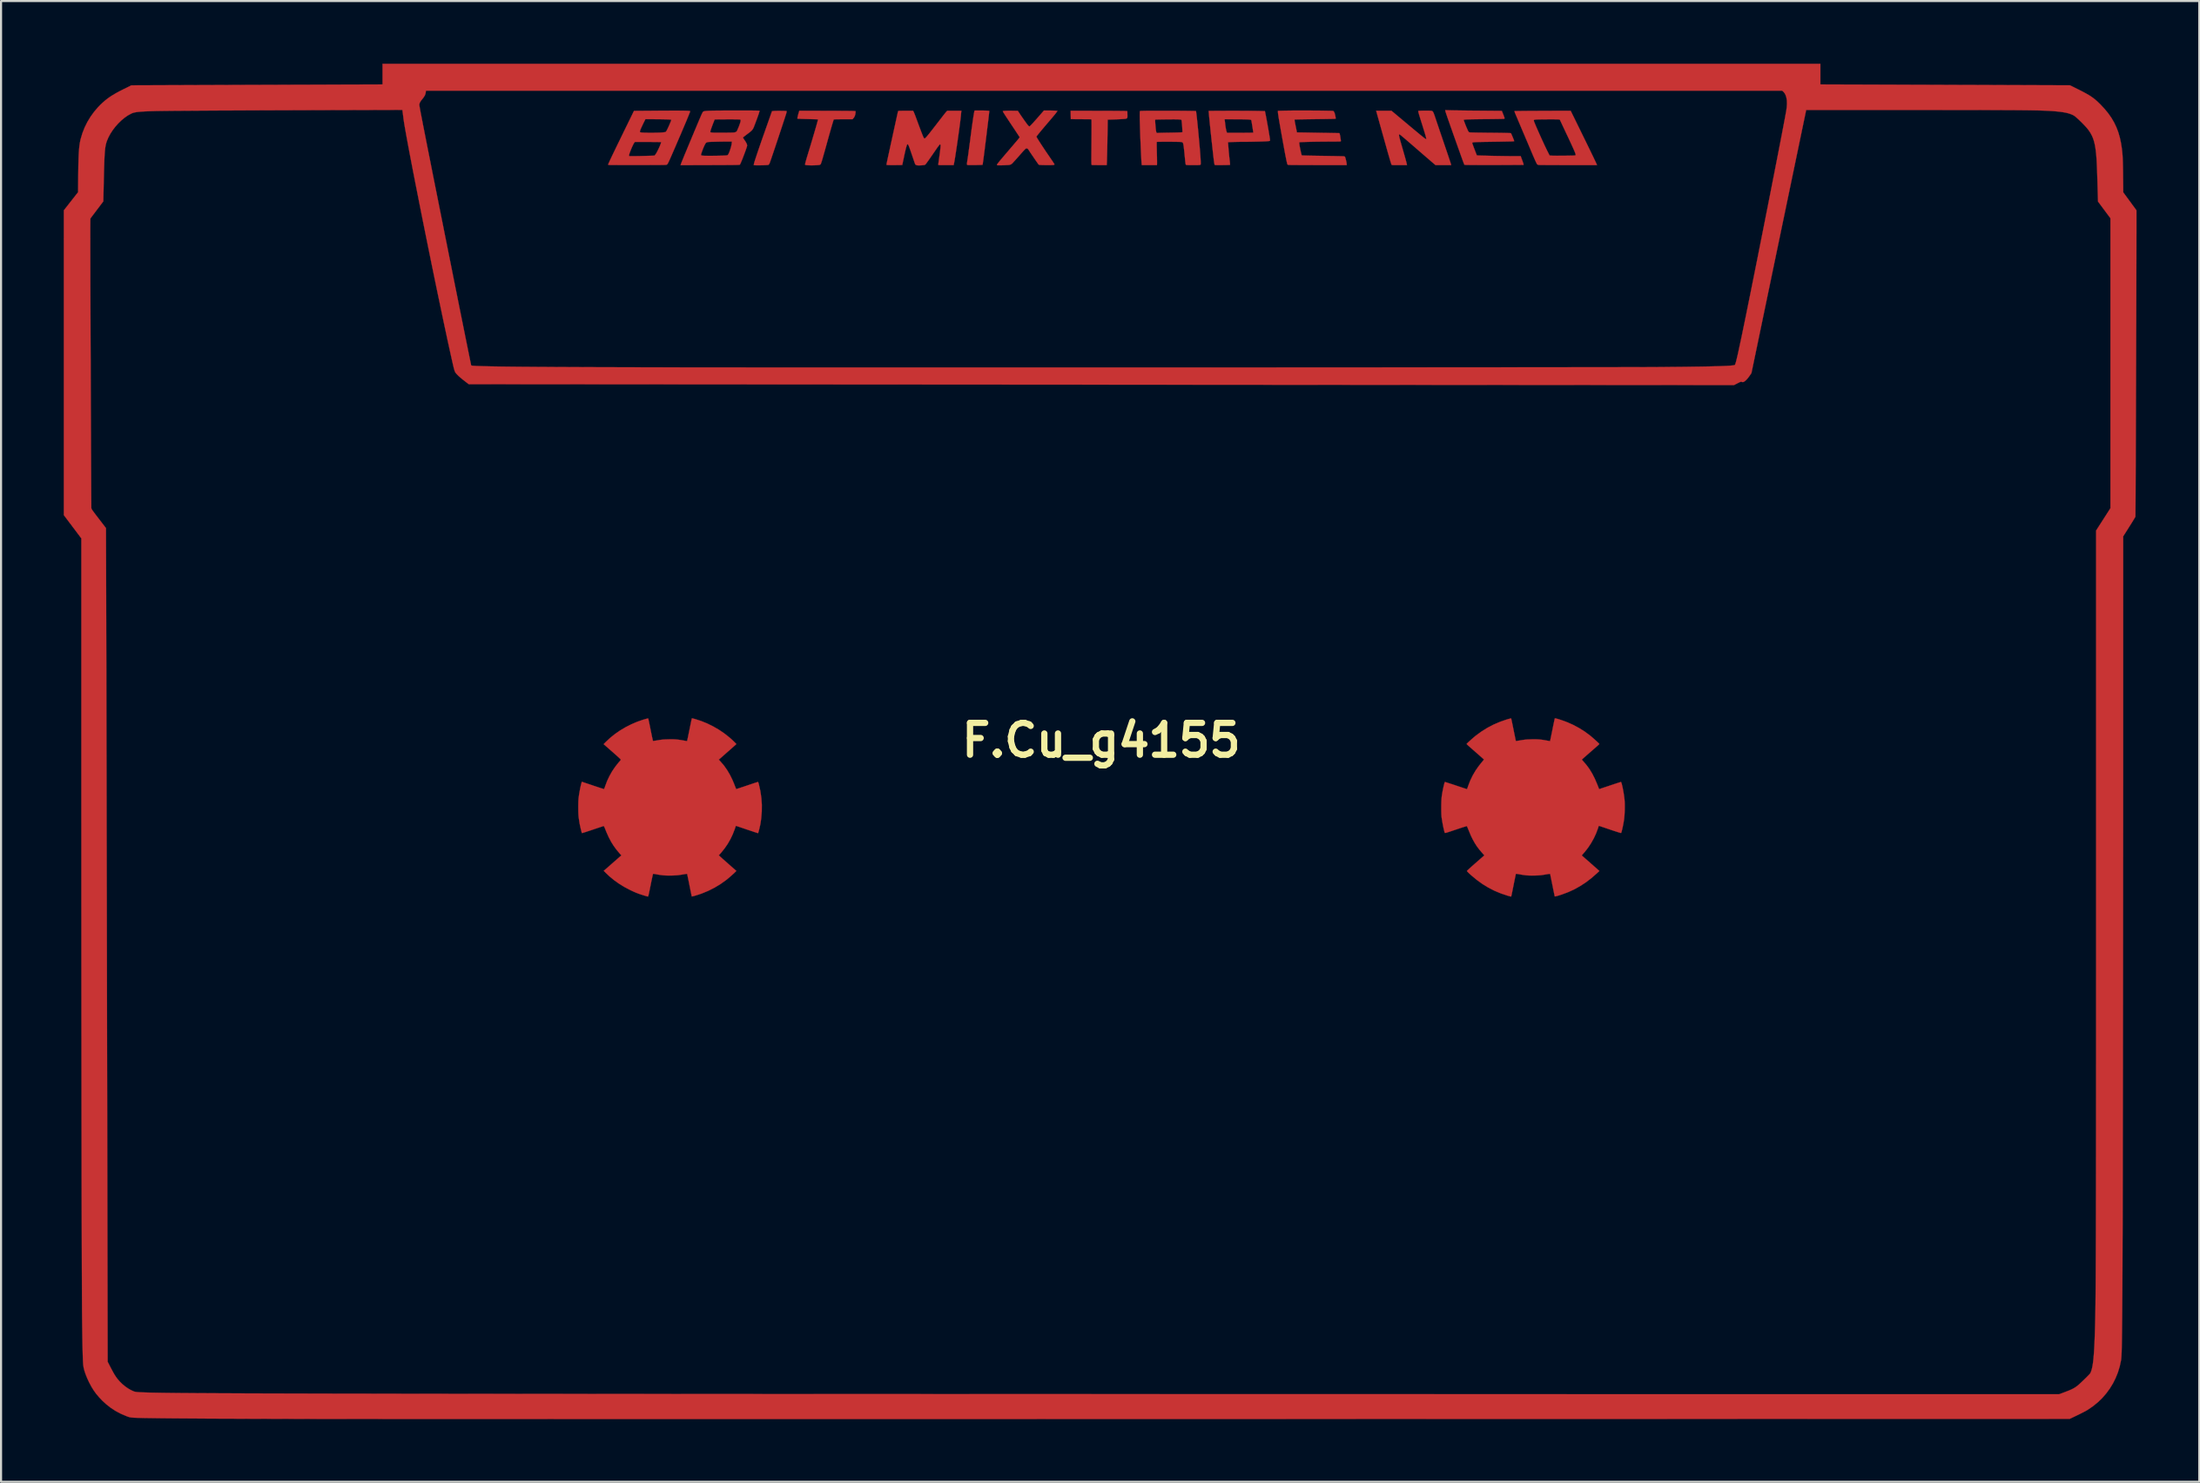
<source format=kicad_pcb>
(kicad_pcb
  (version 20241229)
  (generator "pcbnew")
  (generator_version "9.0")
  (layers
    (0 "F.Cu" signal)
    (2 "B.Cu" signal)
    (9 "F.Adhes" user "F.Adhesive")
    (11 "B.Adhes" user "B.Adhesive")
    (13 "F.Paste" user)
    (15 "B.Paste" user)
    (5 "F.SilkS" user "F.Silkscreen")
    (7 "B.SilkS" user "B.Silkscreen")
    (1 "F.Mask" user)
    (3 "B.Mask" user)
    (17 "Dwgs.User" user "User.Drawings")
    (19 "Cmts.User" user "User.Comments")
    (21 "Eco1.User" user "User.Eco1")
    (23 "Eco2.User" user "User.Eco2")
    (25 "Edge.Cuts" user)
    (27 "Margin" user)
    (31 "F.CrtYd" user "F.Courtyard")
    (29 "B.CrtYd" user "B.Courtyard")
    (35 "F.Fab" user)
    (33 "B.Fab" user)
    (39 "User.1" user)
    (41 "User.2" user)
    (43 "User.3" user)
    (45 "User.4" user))
  (footprint "F.Cu_g4155"
    (layer "F.Cu")
    (at 49.649 32.39)
    (property "Reference" "F.Cu_g4155" (at 0 0 0) (layer "F.SilkS") (effects (font (size 1.524 1.524) (thickness 0.3))))
    (attr through_hole)
    (fp_poly (pts (xy -15.35 -30.134) (xy -15.273 -30.133) (xy -15.201 -30.132) (xy -15.139 -30.13) (xy -15.091 -30.127) (xy -15.062 -30.124) (xy -15.055 -30.121) (xy -15.053 -30.105) (xy -15.058 -30.072) (xy -15.068 -30.028) (xy -15.069 -30.026) (xy -15.077 -29.996) (xy -15.093 -29.945) (xy -15.116 -29.875) (xy -15.144 -29.787) (xy -15.178 -29.685) (xy -15.216 -29.569) (xy -15.257 -29.443) (xy -15.302 -29.307) (xy -15.349 -29.165) (xy -15.398 -29.018) (xy -15.447 -28.869) (xy -15.497 -28.719) (xy -15.547 -28.571) (xy -15.595 -28.426) (xy -15.642 -28.287) (xy -15.686 -28.156) (xy -15.727 -28.035) (xy -15.764 -27.925) (xy -15.796 -27.83) (xy -15.824 -27.751) (xy -15.845 -27.69) (xy -15.859 -27.65) (xy -15.866 -27.633) (xy -15.887 -27.593) (xy -15.909 -27.561) (xy -15.923 -27.548) (xy -15.942 -27.544) (xy -15.983 -27.54) (xy -16.04 -27.536) (xy -16.11 -27.533) (xy -16.187 -27.53) (xy -16.268 -27.528) (xy -16.348 -27.527) (xy -16.423 -27.526) (xy -16.489 -27.527) (xy -16.54 -27.528) (xy -16.559 -27.529) (xy -16.627 -27.535) (xy -16.619 -27.595) (xy -16.612 -27.626) (xy -16.596 -27.68) (xy -16.573 -27.757) (xy -16.541 -27.855) (xy -16.502 -27.973) (xy -16.456 -28.111) (xy -16.403 -28.267) (xy -16.343 -28.441) (xy -16.277 -28.633) (xy -16.205 -28.84) (xy -16.126 -29.063) (xy -16.043 -29.3) (xy -16.036 -29.318) (xy -15.754 -30.118) (xy -15.665 -30.128) (xy -15.626 -30.131) (xy -15.57 -30.133) (xy -15.503 -30.134) (xy -15.428 -30.135) (xy -15.35 -30.134)) (stroke (width 0.01) (type solid)) (fill yes) (layer "F.Cu"))
    (fp_poly (pts (xy -5.793 -30.15) (xy -5.708 -30.149) (xy -5.624 -30.148) (xy -5.549 -30.146) (xy -5.488 -30.144) (xy -5.446 -30.142) (xy -5.443 -30.141) (xy -5.356 -30.133) (xy -5.364 -30.043) (xy -5.368 -30.01) (xy -5.374 -29.954) (xy -5.382 -29.881) (xy -5.393 -29.793) (xy -5.404 -29.694) (xy -5.417 -29.587) (xy -5.43 -29.483) (xy -5.465 -29.198) (xy -5.496 -28.939) (xy -5.525 -28.703) (xy -5.552 -28.491) (xy -5.575 -28.302) (xy -5.596 -28.135) (xy -5.615 -27.991) (xy -5.631 -27.868) (xy -5.644 -27.766) (xy -5.656 -27.685) (xy -5.665 -27.623) (xy -5.672 -27.581) (xy -5.676 -27.558) (xy -5.678 -27.553) (xy -5.693 -27.55) (xy -5.73 -27.547) (xy -5.784 -27.544) (xy -5.851 -27.542) (xy -5.928 -27.54) (xy -6.01 -27.538) (xy -6.094 -27.537) (xy -6.175 -27.537) (xy -6.249 -27.537) (xy -6.313 -27.538) (xy -6.362 -27.539) (xy -6.393 -27.542) (xy -6.398 -27.542) (xy -6.41 -27.546) (xy -6.419 -27.555) (xy -6.424 -27.571) (xy -6.425 -27.597) (xy -6.421 -27.637) (xy -6.414 -27.695) (xy -6.403 -27.772) (xy -6.395 -27.821) (xy -6.383 -27.898) (xy -6.37 -27.989) (xy -6.355 -28.094) (xy -6.339 -28.217) (xy -6.32 -28.358) (xy -6.298 -28.518) (xy -6.274 -28.7) (xy -6.248 -28.904) (xy -6.223 -29.096) (xy -6.205 -29.235) (xy -6.186 -29.372) (xy -6.167 -29.505) (xy -6.149 -29.632) (xy -6.132 -29.75) (xy -6.115 -29.855) (xy -6.101 -29.946) (xy -6.088 -30.021) (xy -6.078 -30.075) (xy -6.07 -30.107) (xy -6.069 -30.109) (xy -6.056 -30.15) (xy -5.793 -30.15)) (stroke (width 0.01) (type solid)) (fill yes) (layer "F.Cu"))
    (fp_poly (pts (xy -0.175 -30.136) (xy 0.005 -30.136) (xy 0.179 -30.135) (xy 0.345 -30.135) (xy 0.502 -30.134) (xy 0.646 -30.133) (xy 0.778 -30.132) (xy 0.894 -30.131) (xy 0.993 -30.13) (xy 1.073 -30.129) (xy 1.133 -30.128) (xy 1.17 -30.127) (xy 1.181 -30.126) (xy 1.251 -30.118) (xy 1.254 -29.964) (xy 1.256 -29.89) (xy 1.254 -29.835) (xy 1.245 -29.798) (xy 1.226 -29.773) (xy 1.193 -29.759) (xy 1.143 -29.75) (xy 1.072 -29.744) (xy 1.041 -29.742) (xy 0.974 -29.738) (xy 0.889 -29.733) (xy 0.792 -29.729) (xy 0.693 -29.725) (xy 0.597 -29.721) (xy 0.591 -29.721) (xy 0.311 -29.712) (xy 0.308 -29.477) (xy 0.307 -29.371) (xy 0.305 -29.251) (xy 0.303 -29.121) (xy 0.301 -28.984) (xy 0.298 -28.84) (xy 0.296 -28.694) (xy 0.293 -28.548) (xy 0.29 -28.405) (xy 0.287 -28.266) (xy 0.284 -28.135) (xy 0.281 -28.015) (xy 0.278 -27.907) (xy 0.276 -27.815) (xy 0.274 -27.741) (xy 0.272 -27.688) (xy 0.271 -27.664) (xy 0.263 -27.534) (xy -0.081 -27.535) (xy -0.173 -27.536) (xy -0.258 -27.537) (xy -0.331 -27.538) (xy -0.39 -27.539) (xy -0.431 -27.541) (xy -0.449 -27.543) (xy -0.449 -27.543) (xy -0.454 -27.544) (xy -0.457 -27.548) (xy -0.461 -27.556) (xy -0.463 -27.569) (xy -0.465 -27.589) (xy -0.467 -27.617) (xy -0.468 -27.656) (xy -0.469 -27.707) (xy -0.47 -27.771) (xy -0.47 -27.85) (xy -0.469 -27.946) (xy -0.469 -28.06) (xy -0.468 -28.194) (xy -0.466 -28.35) (xy -0.465 -28.529) (xy -0.464 -28.605) (xy -0.463 -28.767) (xy -0.462 -28.923) (xy -0.461 -29.069) (xy -0.461 -29.206) (xy -0.46 -29.329) (xy -0.46 -29.438) (xy -0.461 -29.53) (xy -0.461 -29.604) (xy -0.462 -29.658) (xy -0.463 -29.689) (xy -0.464 -29.696) (xy -0.473 -29.73) (xy -0.963 -29.734) (xy -1.454 -29.737) (xy -1.458 -29.937) (xy -1.461 -30.137) (xy -0.175 -30.136)) (stroke (width 0.01) (type solid)) (fill yes) (layer "F.Cu"))
    (fp_poly (pts (xy -13.184 -30.136) (xy -13.005 -30.135) (xy -12.832 -30.135) (xy -12.666 -30.134) (xy -12.511 -30.134) (xy -12.366 -30.133) (xy -12.236 -30.132) (xy -12.12 -30.131) (xy -12.021 -30.13) (xy -11.941 -30.129) (xy -11.882 -30.128) (xy -11.846 -30.127) (xy -11.836 -30.126) (xy -11.754 -30.118) (xy -11.755 -30.065) (xy -11.765 -29.98) (xy -11.789 -29.897) (xy -11.825 -29.824) (xy -11.852 -29.788) (xy -11.902 -29.731) (xy -12.35 -29.731) (xy -12.469 -29.731) (xy -12.565 -29.73) (xy -12.641 -29.73) (xy -12.698 -29.729) (xy -12.74 -29.727) (xy -12.77 -29.724) (xy -12.788 -29.721) (xy -12.799 -29.717) (xy -12.804 -29.712) (xy -12.805 -29.708) (xy -12.811 -29.689) (xy -12.822 -29.65) (xy -12.839 -29.596) (xy -12.859 -29.531) (xy -12.875 -29.477) (xy -12.891 -29.425) (xy -12.912 -29.351) (xy -12.938 -29.26) (xy -12.969 -29.153) (xy -13.003 -29.033) (xy -13.039 -28.905) (xy -13.077 -28.77) (xy -13.115 -28.633) (xy -13.138 -28.55) (xy -13.187 -28.373) (xy -13.23 -28.219) (xy -13.268 -28.086) (xy -13.3 -27.973) (xy -13.327 -27.878) (xy -13.35 -27.799) (xy -13.369 -27.735) (xy -13.386 -27.684) (xy -13.399 -27.645) (xy -13.41 -27.615) (xy -13.42 -27.593) (xy -13.428 -27.578) (xy -13.435 -27.568) (xy -13.437 -27.567) (xy -13.452 -27.556) (xy -13.475 -27.548) (xy -13.512 -27.541) (xy -13.567 -27.536) (xy -13.61 -27.533) (xy -13.738 -27.526) (xy -13.863 -27.524) (xy -13.979 -27.526) (xy -14.077 -27.532) (xy -14.08 -27.532) (xy -14.123 -27.538) (xy -14.155 -27.544) (xy -14.168 -27.549) (xy -14.171 -27.559) (xy -14.17 -27.577) (xy -14.165 -27.607) (xy -14.156 -27.65) (xy -14.14 -27.708) (xy -14.119 -27.783) (xy -14.092 -27.877) (xy -14.057 -27.992) (xy -14.025 -28.099) (xy -13.963 -28.304) (xy -13.903 -28.501) (xy -13.847 -28.688) (xy -13.795 -28.863) (xy -13.747 -29.026) (xy -13.703 -29.175) (xy -13.664 -29.309) (xy -13.63 -29.427) (xy -13.602 -29.527) (xy -13.58 -29.608) (xy -13.564 -29.669) (xy -13.555 -29.708) (xy -13.553 -29.724) (xy -13.553 -29.725) (xy -13.567 -29.726) (xy -13.602 -29.728) (xy -13.658 -29.73) (xy -13.731 -29.732) (xy -13.818 -29.735) (xy -13.916 -29.737) (xy -14.023 -29.74) (xy -14.043 -29.741) (xy -14.152 -29.743) (xy -14.252 -29.746) (xy -14.342 -29.749) (xy -14.418 -29.752) (xy -14.477 -29.755) (xy -14.518 -29.757) (xy -14.536 -29.759) (xy -14.536 -29.759) (xy -14.538 -29.777) (xy -14.534 -29.814) (xy -14.523 -29.867) (xy -14.507 -29.933) (xy -14.487 -30.007) (xy -14.481 -30.026) (xy -14.449 -30.137) (xy -13.184 -30.136)) (stroke (width 0.01) (type solid)) (fill yes) (layer "F.Cu"))
    (fp_poly (pts (xy 22.639 -29.786) (xy 22.783 -29.492) (xy 22.916 -29.221) (xy 23.038 -28.972) (xy 23.149 -28.745) (xy 23.25 -28.539) (xy 23.34 -28.354) (xy 23.42 -28.189) (xy 23.49 -28.044) (xy 23.551 -27.919) (xy 23.601 -27.813) (xy 23.643 -27.726) (xy 23.675 -27.658) (xy 23.698 -27.607) (xy 23.712 -27.575) (xy 23.717 -27.562) (xy 23.725 -27.534) (xy 22.362 -27.536) (xy 22.178 -27.536) (xy 22 -27.536) (xy 21.83 -27.537) (xy 21.671 -27.537) (xy 21.523 -27.538) (xy 21.389 -27.538) (xy 21.269 -27.539) (xy 21.167 -27.54) (xy 21.084 -27.54) (xy 21.02 -27.541) (xy 20.979 -27.542) (xy 20.961 -27.542) (xy 20.917 -27.549) (xy 20.887 -27.558) (xy 20.864 -27.576) (xy 20.843 -27.607) (xy 20.818 -27.656) (xy 20.817 -27.658) (xy 20.799 -27.696) (xy 20.773 -27.753) (xy 20.74 -27.826) (xy 20.704 -27.908) (xy 20.665 -27.998) (xy 20.628 -28.086) (xy 20.569 -28.224) (xy 20.508 -28.368) (xy 20.445 -28.518) (xy 20.38 -28.671) (xy 20.315 -28.824) (xy 20.25 -28.977) (xy 20.186 -29.127) (xy 20.125 -29.272) (xy 20.067 -29.409) (xy 20.012 -29.538) (xy 19.962 -29.656) (xy 19.953 -29.679) (xy 20.703 -29.679) (xy 20.704 -29.665) (xy 20.705 -29.655) (xy 20.714 -29.627) (xy 20.732 -29.579) (xy 20.759 -29.513) (xy 20.793 -29.432) (xy 20.833 -29.338) (xy 20.879 -29.233) (xy 20.928 -29.121) (xy 20.981 -29.003) (xy 21.035 -28.883) (xy 21.089 -28.762) (xy 21.144 -28.644) (xy 21.196 -28.531) (xy 21.246 -28.425) (xy 21.292 -28.329) (xy 21.332 -28.246) (xy 21.349 -28.213) (xy 21.458 -27.997) (xy 21.54 -27.989) (xy 21.572 -27.987) (xy 21.624 -27.986) (xy 21.694 -27.985) (xy 21.778 -27.984) (xy 21.873 -27.984) (xy 21.975 -27.985) (xy 22.081 -27.985) (xy 22.188 -27.986) (xy 22.292 -27.987) (xy 22.39 -27.989) (xy 22.479 -27.991) (xy 22.555 -27.992) (xy 22.616 -27.994) (xy 22.657 -27.997) (xy 22.674 -27.999) (xy 22.698 -28.007) (xy 22.706 -28.022) (xy 22.703 -28.05) (xy 22.698 -28.071) (xy 22.689 -28.101) (xy 22.674 -28.141) (xy 22.653 -28.193) (xy 22.625 -28.257) (xy 22.591 -28.335) (xy 22.548 -28.429) (xy 22.498 -28.539) (xy 22.438 -28.668) (xy 22.369 -28.817) (xy 22.289 -28.986) (xy 22.256 -29.056) (xy 21.948 -29.712) (xy 21.893 -29.722) (xy 21.868 -29.724) (xy 21.822 -29.726) (xy 21.755 -29.727) (xy 21.673 -29.728) (xy 21.577 -29.728) (xy 21.47 -29.728) (xy 21.356 -29.728) (xy 21.298 -29.727) (xy 21.158 -29.726) (xy 21.042 -29.725) (xy 20.947 -29.723) (xy 20.871 -29.721) (xy 20.812 -29.717) (xy 20.769 -29.713) (xy 20.738 -29.707) (xy 20.718 -29.7) (xy 20.707 -29.691) (xy 20.703 -29.679) (xy 19.953 -29.679) (xy 19.918 -29.761) (xy 19.88 -29.851) (xy 19.849 -29.923) (xy 19.827 -29.977) (xy 19.813 -30.01) (xy 19.811 -30.014) (xy 19.794 -30.06) (xy 19.782 -30.097) (xy 19.778 -30.118) (xy 19.779 -30.121) (xy 19.793 -30.123) (xy 19.831 -30.124) (xy 19.89 -30.125) (xy 19.97 -30.127) (xy 20.069 -30.128) (xy 20.184 -30.129) (xy 20.315 -30.13) (xy 20.46 -30.132) (xy 20.617 -30.133) (xy 20.784 -30.133) (xy 20.959 -30.134) (xy 21.127 -30.135) (xy 22.465 -30.139) (xy 22.639 -29.786)) (stroke (width 0.01) (type solid)) (fill yes) (layer "F.Cu"))
    (fp_poly (pts (xy 15.585 -30.144) (xy 15.66 -30.143) (xy 15.725 -30.141) (xy 15.777 -30.138) (xy 15.812 -30.134) (xy 15.815 -30.133) (xy 15.836 -30.127) (xy 15.855 -30.114) (xy 15.873 -30.094) (xy 15.892 -30.063) (xy 15.912 -30.018) (xy 15.936 -29.957) (xy 15.964 -29.877) (xy 15.996 -29.782) (xy 16.012 -29.733) (xy 16.035 -29.664) (xy 16.065 -29.575) (xy 16.101 -29.469) (xy 16.142 -29.349) (xy 16.186 -29.217) (xy 16.234 -29.076) (xy 16.285 -28.927) (xy 16.337 -28.774) (xy 16.39 -28.619) (xy 16.391 -28.615) (xy 16.442 -28.465) (xy 16.491 -28.32) (xy 16.538 -28.183) (xy 16.581 -28.056) (xy 16.62 -27.94) (xy 16.654 -27.838) (xy 16.683 -27.751) (xy 16.706 -27.682) (xy 16.722 -27.633) (xy 16.73 -27.605) (xy 16.731 -27.602) (xy 16.749 -27.534) (xy 16.003 -27.534) (xy 15.917 -27.607) (xy 15.884 -27.635) (xy 15.833 -27.678) (xy 15.766 -27.736) (xy 15.684 -27.807) (xy 15.587 -27.89) (xy 15.479 -27.984) (xy 15.359 -28.087) (xy 15.23 -28.199) (xy 15.092 -28.318) (xy 14.947 -28.444) (xy 14.796 -28.575) (xy 14.759 -28.607) (xy 14.649 -28.701) (xy 14.558 -28.78) (xy 14.482 -28.845) (xy 14.421 -28.896) (xy 14.372 -28.937) (xy 14.335 -28.966) (xy 14.307 -28.987) (xy 14.287 -28.999) (xy 14.274 -29.006) (xy 14.268 -29.007) (xy 14.257 -29.003) (xy 14.252 -28.989) (xy 14.252 -28.964) (xy 14.257 -28.925) (xy 14.268 -28.871) (xy 14.286 -28.799) (xy 14.311 -28.708) (xy 14.343 -28.595) (xy 14.359 -28.54) (xy 14.416 -28.342) (xy 14.466 -28.167) (xy 14.51 -28.013) (xy 14.547 -27.882) (xy 14.577 -27.774) (xy 14.599 -27.689) (xy 14.615 -27.628) (xy 14.623 -27.591) (xy 14.624 -27.588) (xy 14.633 -27.534) (xy 14.27 -27.534) (xy 14.164 -27.534) (xy 14.081 -27.534) (xy 14.017 -27.535) (xy 13.97 -27.537) (xy 13.938 -27.539) (xy 13.917 -27.542) (xy 13.904 -27.547) (xy 13.897 -27.553) (xy 13.896 -27.556) (xy 13.885 -27.582) (xy 13.868 -27.631) (xy 13.845 -27.703) (xy 13.817 -27.799) (xy 13.782 -27.919) (xy 13.74 -28.062) (xy 13.692 -28.23) (xy 13.667 -28.321) (xy 13.61 -28.523) (xy 13.555 -28.719) (xy 13.502 -28.908) (xy 13.451 -29.089) (xy 13.404 -29.258) (xy 13.36 -29.415) (xy 13.319 -29.559) (xy 13.284 -29.686) (xy 13.253 -29.797) (xy 13.227 -29.888) (xy 13.208 -29.959) (xy 13.194 -30.008) (xy 13.191 -30.02) (xy 13.159 -30.137) (xy 13.891 -30.137) (xy 14.41 -29.703) (xy 14.583 -29.558) (xy 14.737 -29.429) (xy 14.875 -29.314) (xy 14.995 -29.214) (xy 15.101 -29.126) (xy 15.192 -29.051) (xy 15.27 -28.986) (xy 15.336 -28.933) (xy 15.391 -28.889) (xy 15.436 -28.854) (xy 15.472 -28.827) (xy 15.5 -28.807) (xy 15.521 -28.793) (xy 15.536 -28.785) (xy 15.546 -28.782) (xy 15.552 -28.782) (xy 15.554 -28.783) (xy 15.557 -28.793) (xy 15.555 -28.814) (xy 15.548 -28.847) (xy 15.536 -28.895) (xy 15.519 -28.958) (xy 15.495 -29.039) (xy 15.466 -29.137) (xy 15.429 -29.256) (xy 15.386 -29.396) (xy 15.335 -29.558) (xy 15.333 -29.563) (xy 15.291 -29.699) (xy 15.255 -29.813) (xy 15.227 -29.906) (xy 15.205 -29.98) (xy 15.189 -30.037) (xy 15.179 -30.079) (xy 15.174 -30.107) (xy 15.173 -30.123) (xy 15.175 -30.128) (xy 15.192 -30.133) (xy 15.23 -30.136) (xy 15.284 -30.139) (xy 15.352 -30.142) (xy 15.427 -30.143) (xy 15.506 -30.144) (xy 15.585 -30.144)) (stroke (width 0.01) (type solid)) (fill yes) (layer "F.Cu"))
    (fp_poly (pts (xy 6.366 -30.137) (xy 6.519 -30.137) (xy 6.671 -30.136) (xy 6.818 -30.136) (xy 6.959 -30.135) (xy 7.091 -30.134) (xy 7.213 -30.134) (xy 7.323 -30.132) (xy 7.419 -30.131) (xy 7.497 -30.13) (xy 7.54 -30.129) (xy 7.835 -30.12) (xy 7.847 -30.062) (xy 7.86 -29.999) (xy 7.876 -29.919) (xy 7.894 -29.825) (xy 7.914 -29.72) (xy 7.934 -29.607) (xy 7.955 -29.491) (xy 7.976 -29.373) (xy 7.997 -29.257) (xy 8.016 -29.147) (xy 8.033 -29.045) (xy 8.048 -28.955) (xy 8.06 -28.881) (xy 8.069 -28.825) (xy 8.073 -28.79) (xy 8.073 -28.79) (xy 8.081 -28.706) (xy 8.038 -28.69) (xy 8.013 -28.685) (xy 7.965 -28.681) (xy 7.897 -28.676) (xy 7.811 -28.672) (xy 7.709 -28.668) (xy 7.594 -28.664) (xy 7.469 -28.661) (xy 7.335 -28.658) (xy 7.195 -28.655) (xy 7.053 -28.653) (xy 6.909 -28.652) (xy 6.825 -28.652) (xy 6.721 -28.651) (xy 6.61 -28.65) (xy 6.502 -28.648) (xy 6.401 -28.646) (xy 6.316 -28.644) (xy 6.281 -28.643) (xy 6.069 -28.634) (xy 6.077 -28.513) (xy 6.087 -28.38) (xy 6.099 -28.231) (xy 6.114 -28.076) (xy 6.129 -27.924) (xy 6.145 -27.785) (xy 6.148 -27.764) (xy 6.156 -27.694) (xy 6.162 -27.633) (xy 6.165 -27.585) (xy 6.166 -27.556) (xy 6.165 -27.548) (xy 6.151 -27.546) (xy 6.115 -27.543) (xy 6.059 -27.541) (xy 5.989 -27.539) (xy 5.906 -27.538) (xy 5.814 -27.536) (xy 5.796 -27.536) (xy 5.687 -27.535) (xy 5.6 -27.535) (xy 5.534 -27.536) (xy 5.487 -27.537) (xy 5.455 -27.54) (xy 5.437 -27.544) (xy 5.43 -27.549) (xy 5.429 -27.549) (xy 5.421 -27.579) (xy 5.412 -27.621) (xy 5.403 -27.678) (xy 5.392 -27.754) (xy 5.381 -27.849) (xy 5.367 -27.967) (xy 5.366 -27.978) (xy 5.354 -28.082) (xy 5.341 -28.202) (xy 5.327 -28.33) (xy 5.313 -28.457) (xy 5.3 -28.574) (xy 5.296 -28.607) (xy 5.283 -28.725) (xy 5.269 -28.852) (xy 5.255 -28.986) (xy 5.24 -29.124) (xy 5.226 -29.262) (xy 5.212 -29.399) (xy 5.198 -29.532) (xy 5.186 -29.658) (xy 5.179 -29.731) (xy 5.904 -29.731) (xy 5.911 -29.689) (xy 5.915 -29.659) (xy 5.921 -29.611) (xy 5.928 -29.554) (xy 5.931 -29.521) (xy 5.944 -29.419) (xy 5.958 -29.323) (xy 5.974 -29.239) (xy 5.99 -29.172) (xy 6.003 -29.132) (xy 6.023 -29.083) (xy 6.65 -29.083) (xy 6.773 -29.083) (xy 6.889 -29.084) (xy 6.994 -29.085) (xy 7.086 -29.086) (xy 7.162 -29.087) (xy 7.221 -29.089) (xy 7.26 -29.09) (xy 7.276 -29.092) (xy 7.277 -29.093) (xy 7.274 -29.118) (xy 7.269 -29.162) (xy 7.26 -29.221) (xy 7.25 -29.289) (xy 7.238 -29.364) (xy 7.226 -29.44) (xy 7.214 -29.513) (xy 7.203 -29.579) (xy 7.193 -29.634) (xy 7.185 -29.673) (xy 7.18 -29.692) (xy 7.18 -29.694) (xy 7.163 -29.702) (xy 7.131 -29.709) (xy 7.081 -29.716) (xy 7.014 -29.721) (xy 6.926 -29.724) (xy 6.818 -29.727) (xy 6.688 -29.729) (xy 6.535 -29.73) (xy 6.441 -29.73) (xy 5.904 -29.731) (xy 5.179 -29.731) (xy 5.174 -29.775) (xy 5.164 -29.88) (xy 5.156 -29.97) (xy 5.15 -30.043) (xy 5.145 -30.096) (xy 5.144 -30.126) (xy 5.144 -30.128) (xy 5.156 -30.129) (xy 5.192 -30.131) (xy 5.248 -30.132) (xy 5.324 -30.133) (xy 5.417 -30.134) (xy 5.525 -30.135) (xy 5.646 -30.135) (xy 5.777 -30.136) (xy 5.917 -30.136) (xy 6.063 -30.137) (xy 6.213 -30.137) (xy 6.366 -30.137)) (stroke (width 0.01) (type solid)) (fill yes) (layer "F.Cu"))
    (fp_poly (pts (xy -2.485 -30.149) (xy -2.401 -30.148) (xy -2.322 -30.146) (xy -2.253 -30.144) (xy -2.198 -30.142) (xy -2.162 -30.139) (xy -2.161 -30.139) (xy -2.093 -30.131) (xy -2.128 -30.08) (xy -2.144 -30.056) (xy -2.165 -30.029) (xy -2.19 -29.996) (xy -2.222 -29.956) (xy -2.263 -29.906) (xy -2.313 -29.847) (xy -2.374 -29.774) (xy -2.447 -29.688) (xy -2.535 -29.585) (xy -2.62 -29.486) (xy -2.735 -29.35) (xy -2.834 -29.233) (xy -2.917 -29.134) (xy -2.984 -29.052) (xy -3.035 -28.988) (xy -3.071 -28.941) (xy -3.092 -28.911) (xy -3.099 -28.896) (xy -3.092 -28.878) (xy -3.071 -28.84) (xy -3.037 -28.784) (xy -2.992 -28.712) (xy -2.936 -28.624) (xy -2.87 -28.522) (xy -2.795 -28.408) (xy -2.712 -28.283) (xy -2.621 -28.148) (xy -2.524 -28.006) (xy -2.422 -27.856) (xy -2.342 -27.74) (xy -2.305 -27.684) (xy -2.273 -27.634) (xy -2.249 -27.595) (xy -2.237 -27.571) (xy -2.235 -27.566) (xy -2.243 -27.556) (xy -2.266 -27.547) (xy -2.308 -27.541) (xy -2.368 -27.537) (xy -2.45 -27.535) (xy -2.553 -27.534) (xy -2.68 -27.536) (xy -2.681 -27.536) (xy -2.78 -27.537) (xy -2.856 -27.54) (xy -2.912 -27.543) (xy -2.951 -27.547) (xy -2.976 -27.551) (xy -2.989 -27.558) (xy -2.989 -27.558) (xy -3.001 -27.572) (xy -3.025 -27.604) (xy -3.058 -27.651) (xy -3.1 -27.71) (xy -3.147 -27.778) (xy -3.198 -27.852) (xy -3.25 -27.929) (xy -3.302 -28.005) (xy -3.351 -28.078) (xy -3.396 -28.144) (xy -3.433 -28.201) (xy -3.462 -28.246) (xy -3.463 -28.248) (xy -3.492 -28.291) (xy -3.516 -28.317) (xy -3.54 -28.33) (xy -3.57 -28.333) (xy -3.578 -28.334) (xy -3.59 -28.332) (xy -3.602 -28.328) (xy -3.618 -28.318) (xy -3.639 -28.3) (xy -3.665 -28.274) (xy -3.701 -28.237) (xy -3.746 -28.187) (xy -3.803 -28.123) (xy -3.874 -28.042) (xy -3.927 -27.982) (xy -3.999 -27.901) (xy -4.068 -27.824) (xy -4.131 -27.754) (xy -4.186 -27.694) (xy -4.23 -27.645) (xy -4.263 -27.612) (xy -4.28 -27.595) (xy -4.324 -27.569) (xy -4.377 -27.55) (xy -4.388 -27.548) (xy -4.421 -27.543) (xy -4.472 -27.539) (xy -4.537 -27.536) (xy -4.611 -27.532) (xy -4.689 -27.529) (xy -4.766 -27.527) (xy -4.837 -27.526) (xy -4.897 -27.526) (xy -4.94 -27.527) (xy -4.963 -27.529) (xy -4.985 -27.539) (xy -4.991 -27.549) (xy -4.988 -27.559) (xy -4.979 -27.576) (xy -4.962 -27.601) (xy -4.936 -27.635) (xy -4.9 -27.679) (xy -4.854 -27.736) (xy -4.796 -27.806) (xy -4.725 -27.89) (xy -4.64 -27.99) (xy -4.54 -28.108) (xy -4.477 -28.181) (xy -4.393 -28.279) (xy -4.312 -28.375) (xy -4.234 -28.465) (xy -4.163 -28.549) (xy -4.101 -28.622) (xy -4.048 -28.683) (xy -4.009 -28.73) (xy -3.984 -28.759) (xy -3.949 -28.802) (xy -3.922 -28.839) (xy -3.906 -28.865) (xy -3.904 -28.875) (xy -3.912 -28.888) (xy -3.933 -28.921) (xy -3.965 -28.97) (xy -4.007 -29.034) (xy -4.058 -29.111) (xy -4.116 -29.199) (xy -4.18 -29.296) (xy -4.249 -29.399) (xy -4.264 -29.422) (xy -4.357 -29.561) (xy -4.436 -29.681) (xy -4.504 -29.783) (xy -4.56 -29.868) (xy -4.605 -29.938) (xy -4.641 -29.994) (xy -4.668 -30.038) (xy -4.687 -30.07) (xy -4.699 -30.094) (xy -4.706 -30.109) (xy -4.708 -30.118) (xy -4.706 -30.121) (xy -4.688 -30.127) (xy -4.646 -30.132) (xy -4.585 -30.136) (xy -4.507 -30.139) (xy -4.415 -30.14) (xy -4.311 -30.14) (xy -4.237 -30.139) (xy -3.989 -30.134) (xy -3.922 -30.031) (xy -3.879 -29.966) (xy -3.828 -29.891) (xy -3.772 -29.811) (xy -3.715 -29.729) (xy -3.659 -29.65) (xy -3.608 -29.579) (xy -3.563 -29.518) (xy -3.529 -29.473) (xy -3.52 -29.462) (xy -3.489 -29.426) (xy -3.461 -29.4) (xy -3.441 -29.388) (xy -3.44 -29.388) (xy -3.426 -29.394) (xy -3.403 -29.412) (xy -3.369 -29.444) (xy -3.324 -29.49) (xy -3.267 -29.551) (xy -3.197 -29.629) (xy -3.112 -29.724) (xy -3.013 -29.837) (xy -2.981 -29.874) (xy -2.74 -30.15) (xy -2.485 -30.149)) (stroke (width 0.01) (type solid)) (fill yes) (layer "F.Cu"))
    (fp_poly (pts (xy 9.729 -30.15) (xy 9.883 -30.149) (xy 10.037 -30.148) (xy 10.188 -30.147) (xy 10.335 -30.146) (xy 10.476 -30.145) (xy 10.608 -30.143) (xy 10.729 -30.141) (xy 10.838 -30.139) (xy 10.931 -30.137) (xy 11.006 -30.135) (xy 11.063 -30.132) (xy 11.097 -30.129) (xy 11.108 -30.127) (xy 11.128 -30.108) (xy 11.15 -30.073) (xy 11.161 -30.05) (xy 11.174 -30.014) (xy 11.187 -29.966) (xy 11.2 -29.912) (xy 11.211 -29.858) (xy 11.218 -29.81) (xy 11.222 -29.775) (xy 11.22 -29.757) (xy 11.219 -29.757) (xy 11.215 -29.756) (xy 11.205 -29.754) (xy 11.188 -29.753) (xy 11.162 -29.751) (xy 11.125 -29.75) (xy 11.077 -29.748) (xy 11.016 -29.747) (xy 10.94 -29.746) (xy 10.849 -29.744) (xy 10.739 -29.742) (xy 10.611 -29.741) (xy 10.463 -29.739) (xy 10.292 -29.737) (xy 10.099 -29.734) (xy 9.999 -29.733) (xy 9.864 -29.731) (xy 9.737 -29.729) (xy 9.62 -29.727) (xy 9.515 -29.725) (xy 9.425 -29.723) (xy 9.351 -29.721) (xy 9.296 -29.719) (xy 9.262 -29.717) (xy 9.252 -29.716) (xy 9.252 -29.701) (xy 9.257 -29.666) (xy 9.265 -29.612) (xy 9.278 -29.544) (xy 9.293 -29.466) (xy 9.305 -29.405) (xy 9.367 -29.102) (xy 9.938 -29.093) (xy 10.079 -29.09) (xy 10.231 -29.088) (xy 10.388 -29.085) (xy 10.544 -29.082) (xy 10.693 -29.08) (xy 10.829 -29.078) (xy 10.947 -29.075) (xy 10.956 -29.075) (xy 11.402 -29.067) (xy 11.422 -28.996) (xy 11.432 -28.951) (xy 11.443 -28.892) (xy 11.453 -28.827) (xy 11.462 -28.764) (xy 11.467 -28.712) (xy 11.468 -28.686) (xy 11.467 -28.68) (xy 11.461 -28.675) (xy 11.448 -28.671) (xy 11.425 -28.668) (xy 11.389 -28.666) (xy 11.339 -28.665) (xy 11.27 -28.664) (xy 11.182 -28.663) (xy 11.084 -28.663) (xy 10.922 -28.662) (xy 10.759 -28.661) (xy 10.598 -28.66) (xy 10.44 -28.658) (xy 10.287 -28.656) (xy 10.142 -28.654) (xy 10.006 -28.651) (xy 9.881 -28.648) (xy 9.77 -28.645) (xy 9.674 -28.642) (xy 9.596 -28.639) (xy 9.537 -28.636) (xy 9.499 -28.632) (xy 9.485 -28.629) (xy 9.48 -28.614) (xy 9.48 -28.58) (xy 9.485 -28.526) (xy 9.492 -28.478) (xy 9.501 -28.423) (xy 9.514 -28.357) (xy 9.528 -28.285) (xy 9.544 -28.213) (xy 9.559 -28.144) (xy 9.574 -28.084) (xy 9.586 -28.037) (xy 9.596 -28.008) (xy 9.6 -28.001) (xy 9.613 -28) (xy 9.65 -27.998) (xy 9.709 -27.996) (xy 9.787 -27.994) (xy 9.883 -27.991) (xy 9.994 -27.989) (xy 10.119 -27.986) (xy 10.255 -27.984) (xy 10.401 -27.982) (xy 10.555 -27.979) (xy 10.579 -27.979) (xy 10.735 -27.977) (xy 10.885 -27.974) (xy 11.027 -27.972) (xy 11.158 -27.97) (xy 11.276 -27.967) (xy 11.379 -27.965) (xy 11.466 -27.963) (xy 11.534 -27.961) (xy 11.581 -27.96) (xy 11.604 -27.958) (xy 11.605 -27.958) (xy 11.643 -27.95) (xy 11.663 -27.935) (xy 11.673 -27.917) (xy 11.688 -27.872) (xy 11.704 -27.813) (xy 11.72 -27.748) (xy 11.733 -27.685) (xy 11.743 -27.63) (xy 11.747 -27.591) (xy 11.747 -27.588) (xy 11.748 -27.534) (xy 10.404 -27.536) (xy 10.221 -27.536) (xy 10.043 -27.537) (xy 9.873 -27.537) (xy 9.713 -27.538) (xy 9.564 -27.538) (xy 9.429 -27.539) (xy 9.309 -27.54) (xy 9.206 -27.54) (xy 9.121 -27.541) (xy 9.056 -27.542) (xy 9.014 -27.542) (xy 8.996 -27.543) (xy 8.956 -27.548) (xy 8.926 -27.557) (xy 8.918 -27.563) (xy 8.911 -27.577) (xy 8.901 -27.606) (xy 8.89 -27.65) (xy 8.876 -27.71) (xy 8.859 -27.788) (xy 8.84 -27.884) (xy 8.817 -27.999) (xy 8.791 -28.134) (xy 8.762 -28.29) (xy 8.73 -28.468) (xy 8.693 -28.67) (xy 8.652 -28.895) (xy 8.649 -28.912) (xy 8.613 -29.114) (xy 8.582 -29.293) (xy 8.554 -29.449) (xy 8.531 -29.585) (xy 8.511 -29.701) (xy 8.494 -29.798) (xy 8.482 -29.879) (xy 8.472 -29.945) (xy 8.465 -29.996) (xy 8.46 -30.034) (xy 8.458 -30.062) (xy 8.458 -30.069) (xy 8.458 -30.134) (xy 8.833 -30.144) (xy 8.926 -30.145) (xy 9.035 -30.147) (xy 9.156 -30.148) (xy 9.289 -30.149) (xy 9.43 -30.15) (xy 9.577 -30.15) (xy 9.729 -30.15)) (stroke (width 0.01) (type solid)) (fill yes) (layer "F.Cu"))
    (fp_poly (pts (xy -20.33 -30.145) (xy -20.208 -30.145) (xy -20.103 -30.144) (xy -20.017 -30.143) (xy -19.954 -30.142) (xy -19.933 -30.141) (xy -19.846 -30.139) (xy -19.78 -30.136) (xy -19.733 -30.133) (xy -19.703 -30.13) (xy -19.684 -30.125) (xy -19.675 -30.12) (xy -19.672 -30.112) (xy -19.672 -30.109) (xy -19.677 -30.089) (xy -19.692 -30.048) (xy -19.717 -29.985) (xy -19.75 -29.902) (xy -19.792 -29.799) (xy -19.842 -29.678) (xy -19.9 -29.539) (xy -19.966 -29.384) (xy -20.038 -29.214) (xy -20.117 -29.028) (xy -20.203 -28.829) (xy -20.294 -28.618) (xy -20.39 -28.394) (xy -20.469 -28.213) (xy -20.528 -28.077) (xy -20.578 -27.962) (xy -20.62 -27.867) (xy -20.655 -27.789) (xy -20.684 -27.726) (xy -20.707 -27.677) (xy -20.726 -27.64) (xy -20.741 -27.612) (xy -20.754 -27.592) (xy -20.766 -27.577) (xy -20.777 -27.566) (xy -20.777 -27.565) (xy -20.782 -27.561) (xy -20.788 -27.558) (xy -20.797 -27.555) (xy -20.81 -27.552) (xy -20.829 -27.549) (xy -20.855 -27.547) (xy -20.889 -27.546) (xy -20.934 -27.544) (xy -20.99 -27.543) (xy -21.059 -27.542) (xy -21.142 -27.541) (xy -21.241 -27.54) (xy -21.358 -27.54) (xy -21.493 -27.54) (xy -21.649 -27.539) (xy -21.826 -27.539) (xy -22.026 -27.539) (xy -22.147 -27.539) (xy -22.331 -27.539) (xy -22.508 -27.539) (xy -22.677 -27.539) (xy -22.836 -27.539) (xy -22.983 -27.539) (xy -23.117 -27.539) (xy -23.236 -27.54) (xy -23.339 -27.54) (xy -23.422 -27.541) (xy -23.485 -27.541) (xy -23.526 -27.542) (xy -23.543 -27.543) (xy -23.576 -27.548) (xy -23.595 -27.556) (xy -23.597 -27.56) (xy -23.594 -27.572) (xy -23.584 -27.596) (xy -23.568 -27.634) (xy -23.544 -27.686) (xy -23.514 -27.753) (xy -23.475 -27.835) (xy -23.429 -27.933) (xy -23.391 -28.012) (xy -22.593 -28.012) (xy -22.593 -27.965) (xy -22.374 -27.966) (xy -22.302 -27.966) (xy -22.211 -27.968) (xy -22.106 -27.969) (xy -21.993 -27.972) (xy -21.878 -27.975) (xy -21.768 -27.978) (xy -21.768 -27.978) (xy -21.38 -27.989) (xy -21.338 -28.038) (xy -21.314 -28.07) (xy -21.284 -28.119) (xy -21.251 -28.179) (xy -21.217 -28.247) (xy -21.181 -28.319) (xy -21.148 -28.392) (xy -21.117 -28.462) (xy -21.092 -28.526) (xy -21.073 -28.578) (xy -21.063 -28.616) (xy -21.063 -28.636) (xy -21.063 -28.637) (xy -21.077 -28.638) (xy -21.114 -28.64) (xy -21.171 -28.641) (xy -21.247 -28.642) (xy -21.338 -28.643) (xy -21.441 -28.644) (xy -21.556 -28.645) (xy -21.678 -28.645) (xy -21.694 -28.645) (xy -22.316 -28.645) (xy -22.342 -28.613) (xy -22.364 -28.58) (xy -22.392 -28.529) (xy -22.423 -28.465) (xy -22.457 -28.391) (xy -22.49 -28.313) (xy -22.522 -28.235) (xy -22.55 -28.161) (xy -22.573 -28.097) (xy -22.588 -28.046) (xy -22.593 -28.013) (xy -22.593 -28.012) (xy -23.391 -28.012) (xy -23.374 -28.048) (xy -23.31 -28.181) (xy -23.237 -28.332) (xy -23.155 -28.502) (xy -23.062 -28.692) (xy -22.96 -28.902) (xy -22.847 -29.133) (xy -22.846 -29.135) (xy -22.078 -29.135) (xy -22.074 -29.118) (xy -22.054 -29.109) (xy -22.017 -29.1) (xy -21.974 -29.095) (xy -21.921 -29.091) (xy -21.848 -29.089) (xy -21.758 -29.087) (xy -21.657 -29.086) (xy -21.55 -29.086) (xy -21.44 -29.086) (xy -21.333 -29.087) (xy -21.233 -29.089) (xy -21.145 -29.091) (xy -21.074 -29.095) (xy -21.069 -29.095) (xy -21 -29.1) (xy -20.938 -29.106) (xy -20.889 -29.113) (xy -20.857 -29.119) (xy -20.851 -29.122) (xy -20.834 -29.134) (xy -20.814 -29.159) (xy -20.79 -29.2) (xy -20.76 -29.259) (xy -20.74 -29.3) (xy -20.708 -29.368) (xy -20.676 -29.44) (xy -20.646 -29.511) (xy -20.619 -29.577) (xy -20.596 -29.633) (xy -20.581 -29.676) (xy -20.574 -29.701) (xy -20.574 -29.703) (xy -20.584 -29.709) (xy -20.615 -29.714) (xy -20.667 -29.719) (xy -20.741 -29.723) (xy -20.837 -29.726) (xy -20.957 -29.729) (xy -21.1 -29.731) (xy -21.268 -29.733) (xy -21.33 -29.733) (xy -21.812 -29.736) (xy -21.903 -29.553) (xy -21.964 -29.426) (xy -22.013 -29.321) (xy -22.048 -29.238) (xy -22.069 -29.176) (xy -22.078 -29.135) (xy -22.846 -29.135) (xy -22.724 -29.386) (xy -22.682 -29.471) (xy -22.359 -30.133) (xy -21.276 -30.141) (xy -21.106 -30.143) (xy -20.937 -30.144) (xy -20.772 -30.144) (xy -20.614 -30.145) (xy -20.466 -30.145) (xy -20.33 -30.145)) (stroke (width 0.01) (type solid)) (fill yes) (layer "F.Cu"))
    (fp_poly (pts (xy -6.698 -30.083) (xy -6.702 -30.043) (xy -6.708 -29.988) (xy -6.712 -29.934) (xy -6.718 -29.869) (xy -6.728 -29.784) (xy -6.74 -29.679) (xy -6.755 -29.559) (xy -6.773 -29.425) (xy -6.792 -29.28) (xy -6.813 -29.127) (xy -6.835 -28.968) (xy -6.858 -28.807) (xy -6.881 -28.645) (xy -6.905 -28.485) (xy -6.928 -28.331) (xy -6.95 -28.184) (xy -6.971 -28.047) (xy -6.99 -27.923) (xy -7.008 -27.814) (xy -7.024 -27.724) (xy -7.037 -27.654) (xy -7.044 -27.619) (xy -7.063 -27.534) (xy -7.431 -27.534) (xy -7.537 -27.534) (xy -7.621 -27.534) (xy -7.684 -27.535) (xy -7.731 -27.536) (xy -7.763 -27.539) (xy -7.783 -27.542) (xy -7.793 -27.546) (xy -7.797 -27.552) (xy -7.798 -27.556) (xy -7.796 -27.573) (xy -7.791 -27.613) (xy -7.783 -27.671) (xy -7.773 -27.745) (xy -7.762 -27.831) (xy -7.748 -27.927) (xy -7.74 -27.983) (xy -7.726 -28.086) (xy -7.713 -28.183) (xy -7.703 -28.271) (xy -7.694 -28.348) (xy -7.689 -28.408) (xy -7.686 -28.449) (xy -7.686 -28.46) (xy -7.689 -28.493) (xy -7.693 -28.516) (xy -7.701 -28.529) (xy -7.713 -28.529) (xy -7.732 -28.516) (xy -7.757 -28.488) (xy -7.792 -28.444) (xy -7.836 -28.383) (xy -7.892 -28.303) (xy -7.96 -28.204) (xy -7.966 -28.195) (xy -8.058 -28.062) (xy -8.137 -27.947) (xy -8.204 -27.851) (xy -8.26 -27.771) (xy -8.306 -27.707) (xy -8.343 -27.655) (xy -8.373 -27.616) (xy -8.397 -27.587) (xy -8.415 -27.566) (xy -8.43 -27.554) (xy -8.44 -27.547) (xy -8.465 -27.541) (xy -8.508 -27.535) (xy -8.564 -27.529) (xy -8.626 -27.525) (xy -8.688 -27.522) (xy -8.743 -27.522) (xy -8.785 -27.523) (xy -8.807 -27.526) (xy -8.829 -27.533) (xy -8.853 -27.539) (xy -8.884 -27.556) (xy -8.902 -27.581) (xy -8.91 -27.601) (xy -8.925 -27.643) (xy -8.946 -27.702) (xy -8.971 -27.775) (xy -9 -27.86) (xy -9.032 -27.953) (xy -9.049 -28.003) (xy -9.091 -28.127) (xy -9.126 -28.229) (xy -9.155 -28.311) (xy -9.178 -28.376) (xy -9.197 -28.425) (xy -9.212 -28.462) (xy -9.225 -28.489) (xy -9.236 -28.507) (xy -9.246 -28.519) (xy -9.251 -28.524) (xy -9.27 -28.535) (xy -9.282 -28.528) (xy -9.285 -28.523) (xy -9.3 -28.49) (xy -9.32 -28.431) (xy -9.343 -28.348) (xy -9.37 -28.24) (xy -9.4 -28.109) (xy -9.434 -27.953) (xy -9.44 -27.921) (xy -9.521 -27.54) (xy -9.831 -27.536) (xy -9.921 -27.535) (xy -10.007 -27.535) (xy -10.084 -27.536) (xy -10.148 -27.537) (xy -10.193 -27.539) (xy -10.209 -27.54) (xy -10.277 -27.549) (xy -10.27 -27.595) (xy -10.267 -27.614) (xy -10.258 -27.656) (xy -10.245 -27.719) (xy -10.227 -27.802) (xy -10.206 -27.902) (xy -10.181 -28.017) (xy -10.153 -28.146) (xy -10.122 -28.287) (xy -10.09 -28.437) (xy -10.055 -28.596) (xy -10.022 -28.746) (xy -9.976 -28.958) (xy -9.935 -29.146) (xy -9.899 -29.311) (xy -9.867 -29.457) (xy -9.839 -29.583) (xy -9.816 -29.691) (xy -9.795 -29.783) (xy -9.779 -29.86) (xy -9.765 -29.924) (xy -9.753 -29.975) (xy -9.744 -30.016) (xy -9.737 -30.047) (xy -9.732 -30.07) (xy -9.728 -30.087) (xy -9.725 -30.099) (xy -9.723 -30.107) (xy -9.721 -30.113) (xy -9.721 -30.115) (xy -9.717 -30.121) (xy -9.709 -30.127) (xy -9.693 -30.13) (xy -9.667 -30.133) (xy -9.627 -30.135) (xy -9.572 -30.136) (xy -9.499 -30.137) (xy -9.403 -30.137) (xy -9.359 -30.137) (xy -9.004 -30.137) (xy -8.98 -30.098) (xy -8.969 -30.075) (xy -8.951 -30.032) (xy -8.927 -29.973) (xy -8.9 -29.904) (xy -8.871 -29.827) (xy -8.865 -29.81) (xy -8.799 -29.632) (xy -8.742 -29.476) (xy -8.692 -29.342) (xy -8.648 -29.227) (xy -8.612 -29.13) (xy -8.58 -29.049) (xy -8.554 -28.983) (xy -8.533 -28.93) (xy -8.515 -28.889) (xy -8.5 -28.859) (xy -8.488 -28.837) (xy -8.477 -28.823) (xy -8.469 -28.815) (xy -8.46 -28.811) (xy -8.452 -28.81) (xy -8.452 -28.81) (xy -8.437 -28.816) (xy -8.413 -28.835) (xy -8.38 -28.868) (xy -8.337 -28.916) (xy -8.284 -28.98) (xy -8.218 -29.061) (xy -8.139 -29.161) (xy -8.05 -29.276) (xy -7.937 -29.421) (xy -7.839 -29.548) (xy -7.754 -29.658) (xy -7.682 -29.751) (xy -7.621 -29.83) (xy -7.57 -29.895) (xy -7.528 -29.949) (xy -7.494 -29.992) (xy -7.468 -30.025) (xy -7.447 -30.051) (xy -7.431 -30.071) (xy -7.418 -30.085) (xy -7.409 -30.095) (xy -7.369 -30.137) (xy -7.03 -30.137) (xy -6.691 -30.137) (xy -6.698 -30.083)) (stroke (width 0.01) (type solid)) (fill yes) (layer "F.Cu"))
    (fp_poly (pts (xy 16.768 -30.158) (xy 16.83 -30.157) (xy 16.915 -30.155) (xy 17.019 -30.154) (xy 17.141 -30.152) (xy 17.278 -30.15) (xy 17.427 -30.148) (xy 17.585 -30.147) (xy 17.75 -30.145) (xy 17.918 -30.143) (xy 18.088 -30.142) (xy 18.123 -30.142) (xy 19.172 -30.133) (xy 19.238 -29.967) (xy 19.263 -29.905) (xy 19.283 -29.85) (xy 19.297 -29.808) (xy 19.304 -29.782) (xy 19.305 -29.779) (xy 19.293 -29.759) (xy 19.275 -29.751) (xy 19.258 -29.75) (xy 19.217 -29.748) (xy 19.156 -29.747) (xy 19.076 -29.745) (xy 18.979 -29.744) (xy 18.869 -29.742) (xy 18.746 -29.741) (xy 18.615 -29.739) (xy 18.475 -29.738) (xy 18.459 -29.738) (xy 18.263 -29.736) (xy 18.09 -29.734) (xy 17.939 -29.732) (xy 17.81 -29.73) (xy 17.7 -29.728) (xy 17.608 -29.725) (xy 17.533 -29.723) (xy 17.473 -29.72) (xy 17.426 -29.716) (xy 17.392 -29.713) (xy 17.369 -29.708) (xy 17.355 -29.704) (xy 17.349 -29.698) (xy 17.348 -29.696) (xy 17.353 -29.676) (xy 17.366 -29.638) (xy 17.385 -29.585) (xy 17.409 -29.522) (xy 17.436 -29.454) (xy 17.464 -29.384) (xy 17.492 -29.317) (xy 17.518 -29.258) (xy 17.539 -29.211) (xy 17.546 -29.196) (xy 17.569 -29.152) (xy 17.586 -29.126) (xy 17.604 -29.112) (xy 17.629 -29.105) (xy 17.643 -29.102) (xy 17.664 -29.101) (xy 17.709 -29.099) (xy 17.775 -29.097) (xy 17.86 -29.095) (xy 17.961 -29.093) (xy 18.078 -29.091) (xy 18.207 -29.09) (xy 18.347 -29.088) (xy 18.495 -29.086) (xy 18.646 -29.085) (xy 18.839 -29.083) (xy 19.012 -29.081) (xy 19.164 -29.079) (xy 19.295 -29.077) (xy 19.404 -29.074) (xy 19.491 -29.072) (xy 19.554 -29.069) (xy 19.593 -29.067) (xy 19.607 -29.064) (xy 19.617 -29.047) (xy 19.633 -29.013) (xy 19.654 -28.965) (xy 19.678 -28.91) (xy 19.702 -28.852) (xy 19.724 -28.798) (xy 19.742 -28.752) (xy 19.753 -28.719) (xy 19.755 -28.713) (xy 19.763 -28.679) (xy 19.67 -28.672) (xy 19.642 -28.67) (xy 19.59 -28.669) (xy 19.518 -28.667) (xy 19.427 -28.665) (xy 19.321 -28.663) (xy 19.201 -28.661) (xy 19.069 -28.658) (xy 18.929 -28.656) (xy 18.782 -28.654) (xy 18.707 -28.653) (xy 18.528 -28.65) (xy 18.373 -28.648) (xy 18.24 -28.646) (xy 18.127 -28.643) (xy 18.033 -28.641) (xy 17.956 -28.638) (xy 17.895 -28.635) (xy 17.847 -28.631) (xy 17.811 -28.627) (xy 17.786 -28.622) (xy 17.769 -28.616) (xy 17.759 -28.609) (xy 17.755 -28.601) (xy 17.755 -28.596) (xy 17.759 -28.58) (xy 17.771 -28.544) (xy 17.789 -28.492) (xy 17.812 -28.43) (xy 17.838 -28.36) (xy 17.866 -28.286) (xy 17.894 -28.214) (xy 17.92 -28.146) (xy 17.943 -28.087) (xy 17.962 -28.04) (xy 17.975 -28.011) (xy 17.979 -28.002) (xy 17.993 -28) (xy 18.031 -27.998) (xy 18.088 -27.996) (xy 18.165 -27.993) (xy 18.257 -27.99) (xy 18.363 -27.988) (xy 18.48 -27.985) (xy 18.606 -27.982) (xy 18.739 -27.979) (xy 18.876 -27.976) (xy 19.015 -27.974) (xy 19.153 -27.972) (xy 19.289 -27.97) (xy 19.419 -27.968) (xy 19.542 -27.967) (xy 19.655 -27.966) (xy 19.756 -27.965) (xy 19.788 -27.965) (xy 20.075 -27.965) (xy 20.132 -27.81) (xy 20.164 -27.725) (xy 20.187 -27.661) (xy 20.202 -27.614) (xy 20.211 -27.582) (xy 20.215 -27.563) (xy 20.214 -27.552) (xy 20.212 -27.549) (xy 20.199 -27.547) (xy 20.162 -27.546) (xy 20.103 -27.545) (xy 20.025 -27.544) (xy 19.93 -27.543) (xy 19.819 -27.542) (xy 19.695 -27.542) (xy 19.56 -27.541) (xy 19.415 -27.54) (xy 19.263 -27.54) (xy 19.105 -27.539) (xy 18.945 -27.539) (xy 18.782 -27.539) (xy 18.62 -27.539) (xy 18.461 -27.539) (xy 18.307 -27.539) (xy 18.159 -27.539) (xy 18.02 -27.539) (xy 17.891 -27.54) (xy 17.775 -27.54) (xy 17.674 -27.541) (xy 17.589 -27.542) (xy 17.523 -27.543) (xy 17.478 -27.544) (xy 17.456 -27.545) (xy 17.38 -27.553) (xy 17.339 -27.656) (xy 17.328 -27.683) (xy 17.31 -27.733) (xy 17.285 -27.802) (xy 17.254 -27.888) (xy 17.217 -27.99) (xy 17.176 -28.106) (xy 17.131 -28.232) (xy 17.082 -28.368) (xy 17.031 -28.511) (xy 16.979 -28.658) (xy 16.926 -28.809) (xy 16.872 -28.959) (xy 16.819 -29.109) (xy 16.768 -29.255) (xy 16.718 -29.395) (xy 16.672 -29.527) (xy 16.629 -29.649) (xy 16.59 -29.759) (xy 16.579 -29.792) (xy 16.551 -29.873) (xy 16.525 -29.95) (xy 16.503 -30.017) (xy 16.485 -30.07) (xy 16.475 -30.106) (xy 16.473 -30.114) (xy 16.461 -30.166) (xy 16.768 -30.158)) (stroke (width 0.01) (type solid)) (fill yes) (layer "F.Cu"))
    (fp_poly (pts (xy 3.042 -30.139) (xy 3.201 -30.139) (xy 3.359 -30.138) (xy 3.516 -30.138) (xy 3.669 -30.137) (xy 3.816 -30.136) (xy 3.955 -30.135) (xy 4.083 -30.134) (xy 4.2 -30.132) (xy 4.303 -30.131) (xy 4.389 -30.129) (xy 4.458 -30.128) (xy 4.505 -30.126) (xy 4.531 -30.124) (xy 4.535 -30.123) (xy 4.54 -30.105) (xy 4.546 -30.063) (xy 4.554 -30.001) (xy 4.564 -29.92) (xy 4.575 -29.822) (xy 4.587 -29.71) (xy 4.6 -29.586) (xy 4.614 -29.451) (xy 4.628 -29.309) (xy 4.643 -29.16) (xy 4.657 -29.009) (xy 4.671 -28.856) (xy 4.685 -28.703) (xy 4.698 -28.554) (xy 4.711 -28.409) (xy 4.723 -28.272) (xy 4.733 -28.145) (xy 4.742 -28.029) (xy 4.749 -27.927) (xy 4.755 -27.84) (xy 4.758 -27.772) (xy 4.759 -27.763) (xy 4.762 -27.689) (xy 4.763 -27.635) (xy 4.762 -27.599) (xy 4.759 -27.575) (xy 4.754 -27.561) (xy 4.745 -27.553) (xy 4.743 -27.551) (xy 4.73 -27.545) (xy 4.705 -27.541) (xy 4.666 -27.538) (xy 4.611 -27.535) (xy 4.537 -27.534) (xy 4.44 -27.534) (xy 4.404 -27.534) (xy 4.311 -27.534) (xy 4.228 -27.535) (xy 4.159 -27.538) (xy 4.106 -27.54) (xy 4.073 -27.544) (xy 4.065 -27.546) (xy 4.057 -27.551) (xy 4.051 -27.558) (xy 4.045 -27.569) (xy 4.04 -27.588) (xy 4.035 -27.617) (xy 4.029 -27.658) (xy 4.023 -27.714) (xy 4.015 -27.787) (xy 4.006 -27.881) (xy 3.995 -27.997) (xy 3.994 -28.005) (xy 3.98 -28.15) (xy 3.967 -28.27) (xy 3.955 -28.37) (xy 3.945 -28.449) (xy 3.935 -28.511) (xy 3.925 -28.556) (xy 3.916 -28.588) (xy 3.907 -28.605) (xy 3.887 -28.626) (xy 3.854 -28.638) (xy 3.82 -28.644) (xy 3.791 -28.646) (xy 3.741 -28.648) (xy 3.675 -28.649) (xy 3.594 -28.651) (xy 3.502 -28.652) (xy 3.403 -28.653) (xy 3.299 -28.654) (xy 3.193 -28.654) (xy 3.088 -28.654) (xy 2.988 -28.654) (xy 2.896 -28.653) (xy 2.815 -28.653) (xy 2.747 -28.652) (xy 2.697 -28.65) (xy 2.666 -28.648) (xy 2.659 -28.647) (xy 2.657 -28.633) (xy 2.656 -28.596) (xy 2.656 -28.539) (xy 2.656 -28.465) (xy 2.658 -28.376) (xy 2.66 -28.276) (xy 2.662 -28.167) (xy 2.663 -28.127) (xy 2.666 -28.014) (xy 2.669 -27.907) (xy 2.67 -27.811) (xy 2.672 -27.726) (xy 2.672 -27.658) (xy 2.672 -27.608) (xy 2.671 -27.579) (xy 2.671 -27.575) (xy 2.664 -27.534) (xy 1.944 -27.534) (xy 1.938 -27.575) (xy 1.934 -27.61) (xy 1.929 -27.669) (xy 1.924 -27.748) (xy 1.918 -27.846) (xy 1.913 -27.959) (xy 1.906 -28.086) (xy 1.9 -28.224) (xy 1.893 -28.371) (xy 1.887 -28.524) (xy 1.881 -28.681) (xy 1.874 -28.84) (xy 1.868 -28.998) (xy 1.863 -29.153) (xy 1.858 -29.302) (xy 1.854 -29.443) (xy 1.85 -29.575) (xy 1.847 -29.693) (xy 1.847 -29.698) (xy 2.58 -29.698) (xy 2.581 -29.664) (xy 2.583 -29.613) (xy 2.587 -29.551) (xy 2.592 -29.483) (xy 2.597 -29.413) (xy 2.603 -29.346) (xy 2.609 -29.286) (xy 2.614 -29.238) (xy 2.617 -29.213) (xy 2.628 -29.15) (xy 2.639 -29.109) (xy 2.652 -29.085) (xy 2.669 -29.075) (xy 2.692 -29.075) (xy 2.695 -29.076) (xy 2.717 -29.077) (xy 2.761 -29.079) (xy 2.824 -29.081) (xy 2.904 -29.083) (xy 2.998 -29.085) (xy 3.101 -29.087) (xy 3.213 -29.089) (xy 3.245 -29.089) (xy 3.359 -29.091) (xy 3.468 -29.093) (xy 3.568 -29.095) (xy 3.656 -29.097) (xy 3.729 -29.1) (xy 3.784 -29.102) (xy 3.817 -29.104) (xy 3.821 -29.104) (xy 3.89 -29.112) (xy 3.881 -29.272) (xy 3.877 -29.351) (xy 3.871 -29.432) (xy 3.864 -29.511) (xy 3.857 -29.581) (xy 3.85 -29.64) (xy 3.844 -29.681) (xy 3.841 -29.695) (xy 3.834 -29.704) (xy 3.818 -29.71) (xy 3.788 -29.716) (xy 3.741 -29.72) (xy 3.673 -29.725) (xy 3.634 -29.726) (xy 3.576 -29.727) (xy 3.503 -29.728) (xy 3.417 -29.728) (xy 3.323 -29.727) (xy 3.222 -29.727) (xy 3.119 -29.726) (xy 3.017 -29.724) (xy 2.918 -29.723) (xy 2.826 -29.721) (xy 2.744 -29.72) (xy 2.675 -29.718) (xy 2.623 -29.716) (xy 2.59 -29.714) (xy 2.58 -29.712) (xy 2.58 -29.698) (xy 1.847 -29.698) (xy 1.845 -29.797) (xy 1.843 -29.883) (xy 1.843 -29.949) (xy 1.844 -29.985) (xy 1.848 -30.118) (xy 1.899 -30.129) (xy 1.92 -30.131) (xy 1.964 -30.133) (xy 2.028 -30.134) (xy 2.111 -30.136) (xy 2.211 -30.137) (xy 2.325 -30.137) (xy 2.452 -30.138) (xy 2.589 -30.139) (xy 2.734 -30.139) (xy 2.886 -30.139) (xy 3.042 -30.139)) (stroke (width 0.01) (type solid)) (fill yes) (layer "F.Cu"))
    (fp_poly (pts (xy -17.102 -30.149) (xy -16.949 -30.149) (xy -16.817 -30.149) (xy -16.705 -30.148) (xy -16.611 -30.147) (xy -16.534 -30.146) (xy -16.472 -30.144) (xy -16.425 -30.143) (xy -16.391 -30.141) (xy -16.368 -30.139) (xy -16.355 -30.136) (xy -16.35 -30.133) (xy -16.353 -30.116) (xy -16.363 -30.077) (xy -16.381 -30.019) (xy -16.406 -29.945) (xy -16.437 -29.857) (xy -16.473 -29.756) (xy -16.514 -29.647) (xy -16.557 -29.531) (xy -16.587 -29.454) (xy -16.613 -29.385) (xy -16.636 -29.329) (xy -16.659 -29.283) (xy -16.683 -29.244) (xy -16.713 -29.207) (xy -16.75 -29.17) (xy -16.798 -29.129) (xy -16.859 -29.081) (xy -16.937 -29.022) (xy -16.974 -28.994) (xy -17.03 -28.951) (xy -17.079 -28.913) (xy -17.117 -28.882) (xy -17.139 -28.862) (xy -17.145 -28.855) (xy -17.138 -28.84) (xy -17.12 -28.81) (xy -17.094 -28.769) (xy -17.077 -28.744) (xy -17.022 -28.662) (xy -16.983 -28.595) (xy -16.959 -28.541) (xy -16.947 -28.497) (xy -16.947 -28.46) (xy -16.947 -28.458) (xy -16.955 -28.424) (xy -16.971 -28.372) (xy -16.994 -28.305) (xy -17.021 -28.226) (xy -17.053 -28.14) (xy -17.087 -28.048) (xy -17.122 -27.956) (xy -17.157 -27.865) (xy -17.191 -27.78) (xy -17.223 -27.704) (xy -17.25 -27.641) (xy -17.272 -27.593) (xy -17.287 -27.565) (xy -17.291 -27.559) (xy -17.297 -27.556) (xy -17.307 -27.554) (xy -17.323 -27.551) (xy -17.346 -27.549) (xy -17.379 -27.547) (xy -17.422 -27.545) (xy -17.477 -27.544) (xy -17.544 -27.543) (xy -17.626 -27.541) (xy -17.724 -27.54) (xy -17.839 -27.54) (xy -17.972 -27.539) (xy -18.126 -27.538) (xy -18.301 -27.537) (xy -18.498 -27.537) (xy -18.719 -27.536) (xy -18.72 -27.536) (xy -20.128 -27.532) (xy -20.109 -27.598) (xy -20.102 -27.618) (xy -20.085 -27.66) (xy -20.06 -27.723) (xy -20.027 -27.804) (xy -19.987 -27.902) (xy -19.941 -28.014) (xy -19.936 -28.026) (xy -19.152 -28.026) (xy -19.146 -28.011) (xy -19.128 -28) (xy -19.091 -27.992) (xy -19.056 -27.987) (xy -19.025 -27.985) (xy -18.972 -27.983) (xy -18.901 -27.982) (xy -18.817 -27.981) (xy -18.721 -27.981) (xy -18.62 -27.981) (xy -18.515 -27.982) (xy -18.411 -27.983) (xy -18.312 -27.985) (xy -18.222 -27.987) (xy -18.15 -27.989) (xy -18.062 -27.993) (xy -17.997 -27.996) (xy -17.95 -27.999) (xy -17.917 -28.002) (xy -17.895 -28.007) (xy -17.881 -28.014) (xy -17.87 -28.023) (xy -17.862 -28.032) (xy -17.838 -28.069) (xy -17.811 -28.125) (xy -17.783 -28.196) (xy -17.755 -28.276) (xy -17.729 -28.359) (xy -17.707 -28.44) (xy -17.691 -28.514) (xy -17.682 -28.576) (xy -17.682 -28.578) (xy -17.675 -28.664) (xy -17.934 -28.663) (xy -18.024 -28.662) (xy -18.132 -28.661) (xy -18.25 -28.659) (xy -18.369 -28.657) (xy -18.483 -28.654) (xy -18.525 -28.653) (xy -18.633 -28.651) (xy -18.718 -28.648) (xy -18.784 -28.644) (xy -18.835 -28.637) (xy -18.873 -28.626) (xy -18.902 -28.61) (xy -18.925 -28.587) (xy -18.945 -28.557) (xy -18.966 -28.518) (xy -18.989 -28.472) (xy -19.013 -28.42) (xy -19.04 -28.357) (xy -19.067 -28.288) (xy -19.094 -28.217) (xy -19.117 -28.151) (xy -19.136 -28.093) (xy -19.148 -28.05) (xy -19.152 -28.026) (xy -19.936 -28.026) (xy -19.888 -28.141) (xy -19.831 -28.279) (xy -19.77 -28.427) (xy -19.704 -28.584) (xy -19.636 -28.748) (xy -19.585 -28.871) (xy -19.503 -29.066) (xy -19.477 -29.127) (xy -18.706 -29.127) (xy -18.701 -29.111) (xy -18.684 -29.104) (xy -18.68 -29.103) (xy -18.658 -29.099) (xy -18.634 -29.095) (xy -18.604 -29.092) (xy -18.566 -29.09) (xy -18.517 -29.089) (xy -18.456 -29.088) (xy -18.379 -29.087) (xy -18.283 -29.088) (xy -18.167 -29.088) (xy -18.059 -29.088) (xy -17.932 -29.089) (xy -17.827 -29.09) (xy -17.742 -29.091) (xy -17.675 -29.093) (xy -17.623 -29.095) (xy -17.584 -29.097) (xy -17.554 -29.101) (xy -17.531 -29.105) (xy -17.514 -29.11) (xy -17.502 -29.114) (xy -17.471 -29.13) (xy -17.449 -29.149) (xy -17.43 -29.178) (xy -17.409 -29.221) (xy -17.37 -29.311) (xy -17.334 -29.399) (xy -17.304 -29.481) (xy -17.279 -29.553) (xy -17.263 -29.611) (xy -17.255 -29.651) (xy -17.255 -29.654) (xy -17.255 -29.689) (xy -17.262 -29.707) (xy -17.282 -29.716) (xy -17.302 -29.72) (xy -17.325 -29.723) (xy -17.37 -29.724) (xy -17.435 -29.726) (xy -17.517 -29.727) (xy -17.613 -29.728) (xy -17.72 -29.728) (xy -17.836 -29.728) (xy -17.923 -29.728) (xy -18.496 -29.724) (xy -18.532 -29.635) (xy -18.564 -29.556) (xy -18.596 -29.472) (xy -18.627 -29.39) (xy -18.654 -29.314) (xy -18.677 -29.247) (xy -18.693 -29.195) (xy -18.702 -29.162) (xy -18.702 -29.16) (xy -18.706 -29.127) (xy -19.477 -29.127) (xy -19.431 -29.239) (xy -19.367 -29.39) (xy -19.312 -29.523) (xy -19.263 -29.637) (xy -19.222 -29.735) (xy -19.186 -29.818) (xy -19.157 -29.886) (xy -19.132 -29.943) (xy -19.111 -29.987) (xy -19.094 -30.022) (xy -19.08 -30.049) (xy -19.069 -30.068) (xy -19.06 -30.082) (xy -19.051 -30.091) (xy -19.044 -30.097) (xy -19.036 -30.101) (xy -19.033 -30.103) (xy -19.015 -30.11) (xy -18.991 -30.117) (xy -18.958 -30.123) (xy -18.917 -30.128) (xy -18.865 -30.132) (xy -18.8 -30.136) (xy -18.723 -30.139) (xy -18.631 -30.142) (xy -18.523 -30.144) (xy -18.398 -30.146) (xy -18.254 -30.147) (xy -18.089 -30.148) (xy -17.904 -30.149) (xy -17.695 -30.149) (xy -17.478 -30.149) (xy -17.278 -30.149) (xy -17.102 -30.149)) (stroke (width 0.01) (type solid)) (fill yes) (layer "F.Cu"))
    (fp_poly (pts (xy -19.575 -1.052) (xy -19.542 -1.045) (xy -19.494 -1.033) (xy -19.437 -1.018) (xy -19.434 -1.017) (xy -19.149 -0.925) (xy -18.864 -0.81) (xy -18.585 -0.673) (xy -18.314 -0.518) (xy -18.056 -0.345) (xy -17.814 -0.156) (xy -17.767 -0.116) (xy -17.72 -0.075) (xy -17.669 -0.028) (xy -17.617 0.021) (xy -17.568 0.069) (xy -17.524 0.112) (xy -17.49 0.147) (xy -17.468 0.17) (xy -17.462 0.179) (xy -17.472 0.19) (xy -17.497 0.214) (xy -17.537 0.251) (xy -17.589 0.297) (xy -17.649 0.351) (xy -17.706 0.402) (xy -17.786 0.472) (xy -17.871 0.546) (xy -17.956 0.621) (xy -18.035 0.691) (xy -18.104 0.751) (xy -18.125 0.771) (xy -18.301 0.926) (xy -18.215 1.019) (xy -18.051 1.211) (xy -17.903 1.421) (xy -17.768 1.65) (xy -17.646 1.898) (xy -17.564 2.095) (xy -17.536 2.168) (xy -17.511 2.231) (xy -17.49 2.283) (xy -17.476 2.318) (xy -17.469 2.334) (xy -17.468 2.335) (xy -17.456 2.332) (xy -17.422 2.322) (xy -17.369 2.305) (xy -17.299 2.282) (xy -17.215 2.254) (xy -17.12 2.223) (xy -17.016 2.187) (xy -16.954 2.167) (xy -16.845 2.13) (xy -16.744 2.096) (xy -16.652 2.065) (xy -16.572 2.039) (xy -16.508 2.018) (xy -16.461 2.003) (xy -16.434 1.995) (xy -16.428 1.994) (xy -16.417 2.006) (xy -16.403 2.038) (xy -16.388 2.087) (xy -16.385 2.099) (xy -16.312 2.426) (xy -16.264 2.754) (xy -16.241 3.082) (xy -16.244 3.412) (xy -16.271 3.744) (xy -16.302 3.956) (xy -16.313 4.018) (xy -16.327 4.088) (xy -16.344 4.161) (xy -16.361 4.234) (xy -16.378 4.302) (xy -16.394 4.362) (xy -16.408 4.408) (xy -16.418 4.437) (xy -16.424 4.445) (xy -16.438 4.441) (xy -16.474 4.43) (xy -16.528 4.412) (xy -16.6 4.389) (xy -16.685 4.36) (xy -16.781 4.328) (xy -16.887 4.293) (xy -16.959 4.269) (xy -17.482 4.092) (xy -17.538 4.253) (xy -17.634 4.5) (xy -17.744 4.732) (xy -17.871 4.953) (xy -18.018 5.167) (xy -18.186 5.378) (xy -18.272 5.475) (xy -18.302 5.508) (xy -18.132 5.659) (xy -18.073 5.712) (xy -17.999 5.777) (xy -17.918 5.85) (xy -17.833 5.925) (xy -17.75 5.997) (xy -17.712 6.031) (xy -17.461 6.252) (xy -17.516 6.308) (xy -17.561 6.353) (xy -17.621 6.408) (xy -17.691 6.471) (xy -17.765 6.536) (xy -17.839 6.599) (xy -17.908 6.656) (xy -17.958 6.695) (xy -18.226 6.886) (xy -18.509 7.056) (xy -18.804 7.205) (xy -19.109 7.331) (xy -19.26 7.383) (xy -19.337 7.407) (xy -19.41 7.43) (xy -19.476 7.449) (xy -19.531 7.464) (xy -19.57 7.473) (xy -19.59 7.476) (xy -19.592 7.476) (xy -19.596 7.463) (xy -19.603 7.428) (xy -19.615 7.372) (xy -19.63 7.3) (xy -19.648 7.213) (xy -19.668 7.114) (xy -19.69 7.006) (xy -19.704 6.934) (xy -19.727 6.821) (xy -19.748 6.716) (xy -19.768 6.621) (xy -19.784 6.539) (xy -19.798 6.473) (xy -19.809 6.425) (xy -19.815 6.397) (xy -19.817 6.392) (xy -19.83 6.392) (xy -19.865 6.397) (xy -19.916 6.404) (xy -19.98 6.415) (xy -20.049 6.426) (xy -20.14 6.441) (xy -20.221 6.452) (xy -20.299 6.461) (xy -20.383 6.466) (xy -20.479 6.471) (xy -20.549 6.473) (xy -20.702 6.475) (xy -20.84 6.471) (xy -20.972 6.462) (xy -21.105 6.445) (xy -21.251 6.421) (xy -21.302 6.411) (xy -21.362 6.4) (xy -21.41 6.394) (xy -21.44 6.393) (xy -21.449 6.396) (xy -21.453 6.41) (xy -21.462 6.447) (xy -21.475 6.504) (xy -21.491 6.577) (xy -21.509 6.665) (xy -21.53 6.765) (xy -21.552 6.874) (xy -21.566 6.944) (xy -21.593 7.079) (xy -21.616 7.19) (xy -21.635 7.281) (xy -21.65 7.352) (xy -21.663 7.405) (xy -21.673 7.443) (xy -21.682 7.466) (xy -21.688 7.478) (xy -21.692 7.48) (xy -21.71 7.476) (xy -21.748 7.466) (xy -21.8 7.451) (xy -21.862 7.433) (xy -21.888 7.425) (xy -22.029 7.38) (xy -22.153 7.337) (xy -22.271 7.291) (xy -22.39 7.239) (xy -22.52 7.178) (xy -22.528 7.175) (xy -22.806 7.029) (xy -23.069 6.868) (xy -23.313 6.694) (xy -23.538 6.508) (xy -23.705 6.35) (xy -23.806 6.247) (xy -23.773 6.219) (xy -23.756 6.205) (xy -23.723 6.176) (xy -23.674 6.134) (xy -23.614 6.081) (xy -23.543 6.019) (xy -23.465 5.95) (xy -23.381 5.876) (xy -23.351 5.85) (xy -22.962 5.509) (xy -23.041 5.421) (xy -23.194 5.24) (xy -23.33 5.054) (xy -23.454 4.856) (xy -23.566 4.644) (xy -23.67 4.412) (xy -23.712 4.308) (xy -23.739 4.241) (xy -23.763 4.183) (xy -23.784 4.138) (xy -23.798 4.11) (xy -23.805 4.102) (xy -23.819 4.106) (xy -23.855 4.117) (xy -23.909 4.135) (xy -23.98 4.159) (xy -24.065 4.187) (xy -24.162 4.219) (xy -24.267 4.254) (xy -24.329 4.275) (xy -24.438 4.312) (xy -24.539 4.345) (xy -24.63 4.375) (xy -24.709 4.401) (xy -24.772 4.42) (xy -24.818 4.434) (xy -24.844 4.441) (xy -24.849 4.441) (xy -24.856 4.425) (xy -24.867 4.389) (xy -24.881 4.336) (xy -24.897 4.272) (xy -24.914 4.201) (xy -24.93 4.128) (xy -24.946 4.056) (xy -24.959 3.991) (xy -24.967 3.95) (xy -24.979 3.872) (xy -24.992 3.785) (xy -25.004 3.702) (xy -25.008 3.664) (xy -25.015 3.593) (xy -25.019 3.502) (xy -25.023 3.398) (xy -25.024 3.284) (xy -25.025 3.166) (xy -25.023 3.051) (xy -25.021 2.943) (xy -25.016 2.848) (xy -25.01 2.77) (xy -25.008 2.75) (xy -24.993 2.638) (xy -24.974 2.519) (xy -24.952 2.398) (xy -24.929 2.28) (xy -24.905 2.172) (xy -24.882 2.079) (xy -24.866 2.024) (xy -24.853 1.985) (xy -24.33 2.161) (xy -24.22 2.198) (xy -24.117 2.232) (xy -24.024 2.263) (xy -23.944 2.289) (xy -23.878 2.309) (xy -23.829 2.324) (xy -23.801 2.332) (xy -23.794 2.332) (xy -23.785 2.319) (xy -23.771 2.286) (xy -23.753 2.239) (xy -23.733 2.181) (xy -23.731 2.176) (xy -23.643 1.943) (xy -23.533 1.711) (xy -23.404 1.483) (xy -23.258 1.267) (xy -23.099 1.066) (xy -23.096 1.062) (xy -23.057 1.018) (xy -23.024 0.979) (xy -23 0.95) (xy -22.99 0.939) (xy -22.989 0.932) (xy -22.993 0.921) (xy -23.005 0.906) (xy -23.025 0.883) (xy -23.057 0.852) (xy -23.1 0.812) (xy -23.157 0.76) (xy -23.229 0.696) (xy -23.317 0.618) (xy -23.393 0.551) (xy -23.811 0.184) (xy -23.701 0.072) (xy -23.493 -0.122) (xy -23.266 -0.304) (xy -23.02 -0.474) (xy -22.76 -0.628) (xy -22.489 -0.766) (xy -22.208 -0.886) (xy -21.922 -0.985) (xy -21.861 -1.003) (xy -21.798 -1.021) (xy -21.745 -1.035) (xy -21.704 -1.043) (xy -21.681 -1.046) (xy -21.679 -1.045) (xy -21.674 -1.031) (xy -21.666 -0.994) (xy -21.654 -0.938) (xy -21.638 -0.865) (xy -21.62 -0.777) (xy -21.599 -0.678) (xy -21.578 -0.57) (xy -21.565 -0.508) (xy -21.543 -0.396) (xy -21.521 -0.291) (xy -21.502 -0.197) (xy -21.485 -0.115) (xy -21.47 -0.05) (xy -21.46 -0.002) (xy -21.453 0.024) (xy -21.451 0.029) (xy -21.436 0.03) (xy -21.4 0.027) (xy -21.348 0.02) (xy -21.284 0.01) (xy -21.221 -0.001) (xy -21.139 -0.015) (xy -21.067 -0.025) (xy -20.999 -0.033) (xy -20.928 -0.039) (xy -20.847 -0.043) (xy -20.75 -0.046) (xy -20.714 -0.047) (xy -20.569 -0.049) (xy -20.441 -0.047) (xy -20.322 -0.039) (xy -20.204 -0.026) (xy -20.08 -0.007) (xy -19.961 0.015) (xy -19.905 0.025) (xy -19.859 0.033) (xy -19.828 0.036) (xy -19.818 0.036) (xy -19.814 0.022) (xy -19.806 -0.014) (xy -19.794 -0.069) (xy -19.778 -0.142) (xy -19.76 -0.229) (xy -19.74 -0.328) (xy -19.718 -0.437) (xy -19.703 -0.509) (xy -19.68 -0.622) (xy -19.658 -0.728) (xy -19.639 -0.823) (xy -19.622 -0.905) (xy -19.607 -0.971) (xy -19.597 -1.02) (xy -19.59 -1.047) (xy -19.589 -1.053) (xy -19.575 -1.052)) (stroke (width 0.01) (type solid)) (fill yes) (layer "F.Cu"))
    (fp_poly (pts (xy 21.763 -1.045) (xy 21.817 -1.031) (xy 21.885 -1.012) (xy 21.963 -0.987) (xy 22.048 -0.959) (xy 22.137 -0.928) (xy 22.225 -0.895) (xy 22.31 -0.862) (xy 22.314 -0.861) (xy 22.599 -0.733) (xy 22.877 -0.583) (xy 23.144 -0.415) (xy 23.387 -0.235) (xy 23.434 -0.197) (xy 23.49 -0.149) (xy 23.553 -0.094) (xy 23.617 -0.037) (xy 23.679 0.019) (xy 23.735 0.07) (xy 23.781 0.113) (xy 23.812 0.145) (xy 23.818 0.151) (xy 23.825 0.158) (xy 23.831 0.162) (xy 23.835 0.167) (xy 23.836 0.174) (xy 23.831 0.184) (xy 23.819 0.198) (xy 23.799 0.218) (xy 23.769 0.246) (xy 23.727 0.283) (xy 23.673 0.331) (xy 23.604 0.391) (xy 23.52 0.465) (xy 23.418 0.554) (xy 23.412 0.559) (xy 23.328 0.633) (xy 23.25 0.701) (xy 23.179 0.764) (xy 23.118 0.817) (xy 23.069 0.86) (xy 23.034 0.891) (xy 23.015 0.907) (xy 23.013 0.909) (xy 23.007 0.92) (xy 23.011 0.934) (xy 23.027 0.957) (xy 23.058 0.992) (xy 23.079 1.014) (xy 23.229 1.189) (xy 23.369 1.381) (xy 23.498 1.594) (xy 23.617 1.827) (xy 23.728 2.083) (xy 23.742 2.118) (xy 23.769 2.187) (xy 23.793 2.247) (xy 23.812 2.294) (xy 23.825 2.326) (xy 23.831 2.337) (xy 23.843 2.333) (xy 23.877 2.322) (xy 23.93 2.304) (xy 23.999 2.281) (xy 24.083 2.253) (xy 24.179 2.221) (xy 24.283 2.187) (xy 24.346 2.165) (xy 24.455 2.129) (xy 24.557 2.095) (xy 24.649 2.065) (xy 24.729 2.039) (xy 24.794 2.018) (xy 24.841 2.003) (xy 24.868 1.995) (xy 24.873 1.994) (xy 24.884 2.006) (xy 24.897 2.04) (xy 24.913 2.093) (xy 24.93 2.162) (xy 24.948 2.243) (xy 24.967 2.334) (xy 24.985 2.431) (xy 25.002 2.532) (xy 25.018 2.632) (xy 25.031 2.73) (xy 25.042 2.821) (xy 25.045 2.857) (xy 25.052 2.958) (xy 25.055 3.078) (xy 25.055 3.21) (xy 25.053 3.346) (xy 25.048 3.481) (xy 25.04 3.609) (xy 25.03 3.723) (xy 25.021 3.797) (xy 25.006 3.89) (xy 24.989 3.986) (xy 24.971 4.081) (xy 24.952 4.172) (xy 24.933 4.255) (xy 24.916 4.327) (xy 24.9 4.384) (xy 24.887 4.422) (xy 24.879 4.437) (xy 24.865 4.435) (xy 24.83 4.426) (xy 24.776 4.41) (xy 24.705 4.388) (xy 24.62 4.361) (xy 24.523 4.33) (xy 24.418 4.295) (xy 24.342 4.269) (xy 23.814 4.091) (xy 23.767 4.233) (xy 23.679 4.466) (xy 23.57 4.698) (xy 23.443 4.924) (xy 23.302 5.137) (xy 23.15 5.333) (xy 23.122 5.366) (xy 23.073 5.421) (xy 23.039 5.461) (xy 23.017 5.487) (xy 23.005 5.504) (xy 23.002 5.514) (xy 23.005 5.52) (xy 23.012 5.526) (xy 23.015 5.528) (xy 23.029 5.539) (xy 23.059 5.566) (xy 23.105 5.606) (xy 23.163 5.657) (xy 23.231 5.717) (xy 23.309 5.785) (xy 23.393 5.859) (xy 23.438 5.899) (xy 23.841 6.255) (xy 23.728 6.361) (xy 23.469 6.589) (xy 23.202 6.794) (xy 22.927 6.974) (xy 22.643 7.133) (xy 22.348 7.268) (xy 22.043 7.382) (xy 22.022 7.389) (xy 21.942 7.415) (xy 21.868 7.437) (xy 21.804 7.455) (xy 21.753 7.468) (xy 21.719 7.474) (xy 21.707 7.474) (xy 21.703 7.461) (xy 21.695 7.425) (xy 21.683 7.37) (xy 21.668 7.297) (xy 21.65 7.21) (xy 21.629 7.111) (xy 21.608 7.002) (xy 21.593 6.931) (xy 21.571 6.818) (xy 21.549 6.713) (xy 21.53 6.618) (xy 21.513 6.537) (xy 21.5 6.471) (xy 21.489 6.423) (xy 21.483 6.396) (xy 21.482 6.39) (xy 21.469 6.391) (xy 21.435 6.396) (xy 21.383 6.403) (xy 21.319 6.414) (xy 21.245 6.426) (xy 21.245 6.426) (xy 21.153 6.441) (xy 21.073 6.453) (xy 20.998 6.461) (xy 20.918 6.467) (xy 20.827 6.471) (xy 20.739 6.473) (xy 20.617 6.475) (xy 20.509 6.474) (xy 20.409 6.469) (xy 20.309 6.46) (xy 20.203 6.446) (xy 20.083 6.426) (xy 20 6.411) (xy 19.941 6.401) (xy 19.893 6.393) (xy 19.86 6.389) (xy 19.846 6.389) (xy 19.846 6.389) (xy 19.843 6.402) (xy 19.835 6.438) (xy 19.823 6.493) (xy 19.808 6.565) (xy 19.79 6.652) (xy 19.77 6.75) (xy 19.748 6.858) (xy 19.737 6.915) (xy 19.71 7.049) (xy 19.688 7.159) (xy 19.67 7.249) (xy 19.655 7.32) (xy 19.644 7.376) (xy 19.635 7.416) (xy 19.628 7.445) (xy 19.622 7.463) (xy 19.618 7.474) (xy 19.614 7.479) (xy 19.61 7.48) (xy 19.606 7.48) (xy 19.605 7.48) (xy 19.588 7.476) (xy 19.551 7.466) (xy 19.5 7.452) (xy 19.44 7.434) (xy 19.423 7.429) (xy 19.112 7.324) (xy 18.812 7.198) (xy 18.523 7.049) (xy 18.243 6.877) (xy 17.973 6.682) (xy 17.711 6.464) (xy 17.653 6.412) (xy 17.602 6.364) (xy 17.558 6.321) (xy 17.525 6.286) (xy 17.505 6.263) (xy 17.501 6.256) (xy 17.51 6.245) (xy 17.536 6.218) (xy 17.578 6.179) (xy 17.633 6.128) (xy 17.7 6.068) (xy 17.776 6) (xy 17.859 5.926) (xy 17.919 5.874) (xy 18.337 5.507) (xy 18.238 5.398) (xy 18.105 5.243) (xy 17.986 5.086) (xy 17.88 4.922) (xy 17.782 4.748) (xy 17.689 4.557) (xy 17.601 4.346) (xy 17.6 4.343) (xy 17.571 4.273) (xy 17.546 4.21) (xy 17.524 4.16) (xy 17.509 4.125) (xy 17.501 4.11) (xy 17.501 4.11) (xy 17.486 4.111) (xy 17.45 4.12) (xy 17.394 4.137) (xy 17.321 4.159) (xy 17.231 4.188) (xy 17.129 4.222) (xy 17.015 4.26) (xy 16.973 4.274) (xy 16.844 4.317) (xy 16.738 4.353) (xy 16.651 4.381) (xy 16.583 4.403) (xy 16.53 4.419) (xy 16.493 4.429) (xy 16.467 4.434) (xy 16.452 4.434) (xy 16.446 4.431) (xy 16.434 4.403) (xy 16.419 4.354) (xy 16.402 4.286) (xy 16.383 4.205) (xy 16.364 4.113) (xy 16.345 4.014) (xy 16.326 3.912) (xy 16.309 3.811) (xy 16.294 3.714) (xy 16.292 3.696) (xy 16.285 3.629) (xy 16.28 3.542) (xy 16.277 3.44) (xy 16.275 3.327) (xy 16.275 3.207) (xy 16.276 3.087) (xy 16.279 2.971) (xy 16.283 2.864) (xy 16.289 2.77) (xy 16.296 2.695) (xy 16.298 2.68) (xy 16.312 2.586) (xy 16.328 2.49) (xy 16.346 2.394) (xy 16.365 2.301) (xy 16.384 2.214) (xy 16.402 2.138) (xy 16.419 2.074) (xy 16.433 2.027) (xy 16.445 2) (xy 16.452 1.994) (xy 16.466 1.998) (xy 16.503 2.009) (xy 16.558 2.027) (xy 16.629 2.05) (xy 16.715 2.078) (xy 16.812 2.109) (xy 16.917 2.144) (xy 16.98 2.165) (xy 17.089 2.202) (xy 17.19 2.235) (xy 17.282 2.266) (xy 17.361 2.292) (xy 17.425 2.312) (xy 17.471 2.327) (xy 17.498 2.335) (xy 17.503 2.337) (xy 17.51 2.325) (xy 17.523 2.295) (xy 17.54 2.249) (xy 17.558 2.194) (xy 17.655 1.94) (xy 17.775 1.69) (xy 17.917 1.447) (xy 18.079 1.216) (xy 18.218 1.044) (xy 18.256 0.998) (xy 18.288 0.959) (xy 18.308 0.931) (xy 18.315 0.917) (xy 18.315 0.917) (xy 18.305 0.907) (xy 18.277 0.882) (xy 18.235 0.844) (xy 18.18 0.795) (xy 18.113 0.736) (xy 18.038 0.669) (xy 17.956 0.597) (xy 17.921 0.567) (xy 17.818 0.476) (xy 17.732 0.401) (xy 17.662 0.339) (xy 17.606 0.29) (xy 17.563 0.252) (xy 17.532 0.223) (xy 17.51 0.202) (xy 17.497 0.187) (xy 17.491 0.177) (xy 17.49 0.171) (xy 17.492 0.166) (xy 17.497 0.162) (xy 17.502 0.157) (xy 17.523 0.135) (xy 17.56 0.099) (xy 17.608 0.054) (xy 17.665 0.003) (xy 17.726 -0.052) (xy 17.788 -0.106) (xy 17.847 -0.156) (xy 17.898 -0.2) (xy 17.926 -0.222) (xy 18.192 -0.417) (xy 18.472 -0.593) (xy 18.766 -0.747) (xy 19.071 -0.879) (xy 19.386 -0.989) (xy 19.481 -1.017) (xy 19.535 -1.031) (xy 19.58 -1.042) (xy 19.609 -1.048) (xy 19.619 -1.048) (xy 19.622 -1.035) (xy 19.63 -0.999) (xy 19.642 -0.944) (xy 19.658 -0.872) (xy 19.676 -0.784) (xy 19.696 -0.685) (xy 19.718 -0.577) (xy 19.733 -0.505) (xy 19.755 -0.392) (xy 19.777 -0.287) (xy 19.796 -0.192) (xy 19.813 -0.111) (xy 19.826 -0.045) (xy 19.837 0.003) (xy 19.843 0.03) (xy 19.844 0.036) (xy 19.857 0.035) (xy 19.891 0.03) (xy 19.942 0.022) (xy 20.006 0.012) (xy 20.074 -0.000166) (xy 20.159 -0.014) (xy 20.234 -0.025) (xy 20.304 -0.033) (xy 20.378 -0.039) (xy 20.462 -0.043) (xy 20.563 -0.046) (xy 20.587 -0.047) (xy 20.731 -0.049) (xy 20.859 -0.047) (xy 20.978 -0.039) (xy 21.095 -0.027) (xy 21.219 -0.007) (xy 21.339 0.015) (xy 21.395 0.025) (xy 21.441 0.033) (xy 21.471 0.037) (xy 21.481 0.037) (xy 21.484 0.024) (xy 21.492 -0.012) (xy 21.504 -0.067) (xy 21.519 -0.139) (xy 21.537 -0.226) (xy 21.557 -0.326) (xy 21.579 -0.434) (xy 21.594 -0.506) (xy 21.616 -0.619) (xy 21.638 -0.724) (xy 21.658 -0.82) (xy 21.675 -0.902) (xy 21.689 -0.968) (xy 21.7 -1.017) (xy 21.707 -1.045) (xy 21.709 -1.05) (xy 21.726 -1.052) (xy 21.763 -1.045)) (stroke (width 0.01) (type solid)) (fill yes) (layer "F.Cu"))
    (fp_poly (pts (xy 34.417 -31.398) (xy 36.979 -31.39) (xy 37.235 -31.389) (xy 37.513 -31.388) (xy 37.813 -31.387) (xy 38.13 -31.386) (xy 38.463 -31.385) (xy 38.81 -31.383) (xy 39.168 -31.382) (xy 39.534 -31.381) (xy 39.907 -31.38) (xy 40.284 -31.378) (xy 40.662 -31.377) (xy 41.039 -31.375) (xy 41.413 -31.374) (xy 41.781 -31.373) (xy 42.142 -31.371) (xy 42.491 -31.37) (xy 42.828 -31.369) (xy 42.951 -31.368) (xy 46.361 -31.356) (xy 46.73 -31.173) (xy 46.892 -31.092) (xy 47.034 -31.018) (xy 47.158 -30.95) (xy 47.269 -30.886) (xy 47.368 -30.823) (xy 47.458 -30.759) (xy 47.544 -30.693) (xy 47.627 -30.623) (xy 47.711 -30.545) (xy 47.8 -30.459) (xy 47.822 -30.437) (xy 48.019 -30.226) (xy 48.193 -30.014) (xy 48.344 -29.798) (xy 48.474 -29.576) (xy 48.584 -29.345) (xy 48.676 -29.103) (xy 48.749 -28.846) (xy 48.807 -28.574) (xy 48.844 -28.327) (xy 48.854 -28.243) (xy 48.863 -28.161) (xy 48.87 -28.079) (xy 48.877 -27.995) (xy 48.882 -27.906) (xy 48.887 -27.809) (xy 48.891 -27.701) (xy 48.894 -27.581) (xy 48.897 -27.445) (xy 48.9 -27.291) (xy 48.902 -27.115) (xy 48.903 -26.988) (xy 48.911 -26.232) (xy 49.227 -25.802) (xy 49.543 -25.371) (xy 49.543 -24.836) (xy 49.543 -24.724) (xy 49.543 -24.59) (xy 49.543 -24.437) (xy 49.543 -24.264) (xy 49.542 -24.074) (xy 49.542 -23.866) (xy 49.542 -23.641) (xy 49.541 -23.402) (xy 49.541 -23.147) (xy 49.54 -22.879) (xy 49.539 -22.598) (xy 49.538 -22.304) (xy 49.538 -22) (xy 49.537 -21.685) (xy 49.536 -21.361) (xy 49.535 -21.028) (xy 49.534 -20.688) (xy 49.533 -20.341) (xy 49.532 -19.988) (xy 49.53 -19.63) (xy 49.529 -19.268) (xy 49.528 -18.902) (xy 49.527 -18.534) (xy 49.526 -18.165) (xy 49.524 -17.795) (xy 49.523 -17.425) (xy 49.522 -17.056) (xy 49.52 -16.689) (xy 49.519 -16.325) (xy 49.518 -15.965) (xy 49.517 -15.609) (xy 49.515 -15.259) (xy 49.514 -14.915) (xy 49.513 -14.578) (xy 49.511 -14.25) (xy 49.51 -13.93) (xy 49.509 -13.62) (xy 49.508 -13.321) (xy 49.506 -13.034) (xy 49.505 -12.759) (xy 49.504 -12.497) (xy 49.503 -12.25) (xy 49.502 -12.017) (xy 49.501 -11.801) (xy 49.5 -11.601) (xy 49.499 -11.419) (xy 49.498 -11.256) (xy 49.497 -11.112) (xy 49.496 -10.988) (xy 49.496 -10.886) (xy 49.495 -10.806) (xy 49.494 -10.749) (xy 49.494 -10.715) (xy 49.493 -10.706) (xy 49.485 -10.689) (xy 49.464 -10.653) (xy 49.432 -10.6) (xy 49.391 -10.533) (xy 49.343 -10.454) (xy 49.288 -10.365) (xy 49.228 -10.27) (xy 49.196 -10.219) (xy 48.908 -9.764) (xy 48.907 -1.164) (xy 48.907 -0.536) (xy 48.907 0.098) (xy 48.907 0.738) (xy 48.907 1.384) (xy 48.907 2.034) (xy 48.906 2.688) (xy 48.906 3.347) (xy 48.906 4.007) (xy 48.905 4.671) (xy 48.905 5.335) (xy 48.904 6.001) (xy 48.904 6.667) (xy 48.904 7.332) (xy 48.903 7.997) (xy 48.902 8.66) (xy 48.902 9.321) (xy 48.901 9.979) (xy 48.901 10.633) (xy 48.9 11.283) (xy 48.899 11.928) (xy 48.899 12.568) (xy 48.898 13.202) (xy 48.897 13.829) (xy 48.896 14.448) (xy 48.895 15.06) (xy 48.895 15.663) (xy 48.894 16.256) (xy 48.893 16.84) (xy 48.892 17.413) (xy 48.891 17.975) (xy 48.89 18.525) (xy 48.889 19.062) (xy 48.888 19.587) (xy 48.887 20.097) (xy 48.887 20.593) (xy 48.886 21.074) (xy 48.885 21.54) (xy 48.884 21.988) (xy 48.883 22.42) (xy 48.882 22.835) (xy 48.881 23.231) (xy 48.88 23.608) (xy 48.878 23.965) (xy 48.877 24.303) (xy 48.876 24.619) (xy 48.875 24.915) (xy 48.874 25.187) (xy 48.873 25.438) (xy 48.872 25.665) (xy 48.871 25.867) (xy 48.87 26.045) (xy 48.87 26.067) (xy 48.868 26.427) (xy 48.865 26.763) (xy 48.863 27.075) (xy 48.861 27.364) (xy 48.859 27.631) (xy 48.856 27.877) (xy 48.854 28.104) (xy 48.852 28.311) (xy 48.849 28.499) (xy 48.847 28.67) (xy 48.844 28.825) (xy 48.841 28.964) (xy 48.839 29.088) (xy 48.836 29.198) (xy 48.833 29.294) (xy 48.829 29.379) (xy 48.826 29.453) (xy 48.822 29.515) (xy 48.818 29.569) (xy 48.814 29.613) (xy 48.81 29.65) (xy 48.806 29.675) (xy 48.743 29.968) (xy 48.658 30.251) (xy 48.549 30.523) (xy 48.419 30.784) (xy 48.268 31.031) (xy 48.097 31.265) (xy 47.906 31.484) (xy 47.695 31.688) (xy 47.467 31.874) (xy 47.221 32.043) (xy 47.156 32.082) (xy 47.108 32.109) (xy 47.043 32.144) (xy 46.963 32.185) (xy 46.874 32.23) (xy 46.78 32.277) (xy 46.686 32.322) (xy 46.685 32.323) (xy 46.347 32.484) (xy 6.781 32.49) (xy 5.762 32.49) (xy 4.747 32.491) (xy 3.735 32.491) (xy 2.726 32.491) (xy 1.722 32.491) (xy 0.722 32.491) (xy -0.273 32.491) (xy -1.262 32.491) (xy -2.246 32.491) (xy -3.225 32.492) (xy -4.197 32.492) (xy -5.162 32.492) (xy -6.12 32.492) (xy -7.071 32.492) (xy -8.015 32.492) (xy -8.95 32.492) (xy -9.877 32.492) (xy -10.795 32.492) (xy -11.704 32.492) (xy -12.604 32.492) (xy -13.494 32.492) (xy -14.373 32.492) (xy -15.242 32.492) (xy -16.1 32.492) (xy -16.947 32.492) (xy -17.783 32.492) (xy -18.606 32.492) (xy -19.418 32.492) (xy -20.216 32.492) (xy -21.002 32.492) (xy -21.774 32.492) (xy -22.532 32.492) (xy -23.277 32.492) (xy -24.007 32.492) (xy -24.722 32.492) (xy -25.422 32.492) (xy -26.107 32.492) (xy -26.776 32.491) (xy -27.428 32.491) (xy -28.064 32.491) (xy -28.684 32.491) (xy -29.285 32.491) (xy -29.87 32.491) (xy -30.436 32.491) (xy -30.984 32.491) (xy -31.514 32.491) (xy -32.024 32.49) (xy -32.515 32.49) (xy -32.986 32.49) (xy -33.437 32.49) (xy -33.868 32.49) (xy -34.278 32.49) (xy -34.667 32.489) (xy -35.034 32.489) (xy -35.379 32.489) (xy -35.703 32.489) (xy -36.003 32.489) (xy -36.281 32.488) (xy -36.535 32.488) (xy -36.766 32.488) (xy -36.973 32.488) (xy -37.156 32.488) (xy -37.313 32.487) (xy -37.446 32.487) (xy -38.075 32.486) (xy -38.68 32.484) (xy -39.259 32.483) (xy -39.814 32.481) (xy -40.344 32.48) (xy -40.85 32.478) (xy -41.332 32.476) (xy -41.791 32.474) (xy -42.226 32.473) (xy -42.638 32.471) (xy -43.027 32.469) (xy -43.394 32.466) (xy -43.738 32.464) (xy -44.06 32.462) (xy -44.36 32.46) (xy -44.639 32.457) (xy -44.896 32.455) (xy -45.132 32.452) (xy -45.347 32.449) (xy -45.542 32.446) (xy -45.716 32.444) (xy -45.87 32.441) (xy -46.004 32.437) (xy -46.119 32.434) (xy -46.214 32.431) (xy -46.29 32.428) (xy -46.348 32.424) (xy -46.349 32.424) (xy -46.412 32.418) (xy -46.465 32.41) (xy -46.515 32.399) (xy -46.572 32.381) (xy -46.642 32.355) (xy -46.647 32.353) (xy -46.913 32.24) (xy -47.162 32.108) (xy -47.395 31.957) (xy -47.615 31.785) (xy -47.81 31.605) (xy -47.961 31.445) (xy -48.094 31.287) (xy -48.211 31.125) (xy -48.319 30.952) (xy -48.421 30.761) (xy -48.438 30.728) (xy -48.529 30.532) (xy -48.602 30.349) (xy -48.659 30.18) (xy -48.697 30.026) (xy -48.717 29.896) (xy -48.722 29.821) (xy -48.728 29.722) (xy -48.733 29.597) (xy -48.738 29.447) (xy -48.743 29.273) (xy -48.748 29.075) (xy -48.753 28.852) (xy -48.757 28.606) (xy -48.761 28.335) (xy -48.765 28.041) (xy -48.768 27.788) (xy -48.77 27.653) (xy -48.771 27.494) (xy -48.773 27.31) (xy -48.774 27.102) (xy -48.775 26.87) (xy -48.777 26.615) (xy -48.778 26.337) (xy -48.779 26.036) (xy -48.78 25.713) (xy -48.782 25.368) (xy -48.783 25.002) (xy -48.784 24.615) (xy -48.785 24.208) (xy -48.786 23.78) (xy -48.787 23.332) (xy -48.788 22.865) (xy -48.79 22.379) (xy -48.791 21.875) (xy -48.792 21.352) (xy -48.793 20.812) (xy -48.793 20.254) (xy -48.794 19.679) (xy -48.795 19.088) (xy -48.796 18.481) (xy -48.797 17.858) (xy -48.798 17.219) (xy -48.798 16.566) (xy -48.799 15.898) (xy -48.8 15.216) (xy -48.8 14.52) (xy -48.801 13.811) (xy -48.802 13.089) (xy -48.802 12.354) (xy -48.803 11.608) (xy -48.803 10.849) (xy -48.804 10.08) (xy -48.804 9.299) (xy -48.804 8.508) (xy -48.805 7.707) (xy -48.805 6.896) (xy -48.805 6.076) (xy -48.805 5.247) (xy -48.805 4.409) (xy -48.806 3.563) (xy -48.806 2.71) (xy -48.806 2.523) (xy -48.806 -9.667) (xy -49.644 -10.781) (xy -49.644 -24.16) (xy -48.378 -24.16) (xy -48.378 -24.004) (xy -48.378 -23.832) (xy -48.378 -23.644) (xy -48.378 -23.438) (xy -48.377 -23.215) (xy -48.377 -22.974) (xy -48.376 -22.715) (xy -48.375 -22.436) (xy -48.375 -22.137) (xy -48.374 -21.819) (xy -48.373 -21.48) (xy -48.371 -21.119) (xy -48.37 -20.737) (xy -48.369 -20.332) (xy -48.367 -19.904) (xy -48.366 -19.454) (xy -48.364 -18.979) (xy -48.362 -18.48) (xy -48.36 -18.065) (xy -48.359 -17.648) (xy -48.357 -17.236) (xy -48.356 -16.831) (xy -48.354 -16.434) (xy -48.353 -16.046) (xy -48.351 -15.666) (xy -48.349 -15.297) (xy -48.348 -14.938) (xy -48.346 -14.59) (xy -48.345 -14.255) (xy -48.344 -13.932) (xy -48.342 -13.623) (xy -48.341 -13.328) (xy -48.34 -13.049) (xy -48.338 -12.785) (xy -48.337 -12.537) (xy -48.336 -12.307) (xy -48.335 -12.095) (xy -48.334 -11.901) (xy -48.333 -11.727) (xy -48.332 -11.574) (xy -48.331 -11.441) (xy -48.33 -11.33) (xy -48.33 -11.241) (xy -48.329 -11.175) (xy -48.329 -11.133) (xy -48.328 -11.116) (xy -48.328 -11.116) (xy -48.325 -11.101) (xy -48.318 -11.083) (xy -48.307 -11.061) (xy -48.289 -11.031) (xy -48.263 -10.993) (xy -48.228 -10.945) (xy -48.183 -10.884) (xy -48.126 -10.808) (xy -48.056 -10.717) (xy -47.975 -10.611) (xy -47.628 -10.16) (xy -47.62 -7.515) (xy -47.62 -7.399) (xy -47.619 -7.258) (xy -47.619 -7.093) (xy -47.618 -6.904) (xy -47.618 -6.692) (xy -47.617 -6.457) (xy -47.617 -6.2) (xy -47.616 -5.922) (xy -47.615 -5.623) (xy -47.615 -5.303) (xy -47.614 -4.964) (xy -47.613 -4.605) (xy -47.612 -4.228) (xy -47.611 -3.833) (xy -47.61 -3.42) (xy -47.61 -2.99) (xy -47.609 -2.543) (xy -47.608 -2.081) (xy -47.607 -1.603) (xy -47.606 -1.111) (xy -47.605 -0.604) (xy -47.604 -0.084) (xy -47.603 0.45) (xy -47.601 0.996) (xy -47.6 1.554) (xy -47.599 2.123) (xy -47.598 2.703) (xy -47.597 3.294) (xy -47.596 3.894) (xy -47.595 4.504) (xy -47.593 5.122) (xy -47.592 5.748) (xy -47.591 6.382) (xy -47.59 7.022) (xy -47.588 7.669) (xy -47.587 8.322) (xy -47.586 8.98) (xy -47.585 9.643) (xy -47.583 10.31) (xy -47.582 10.981) (xy -47.581 11.654) (xy -47.58 12.33) (xy -47.579 12.44) (xy -47.547 29.75) (xy -47.413 30.01) (xy -47.349 30.131) (xy -47.294 30.233) (xy -47.246 30.319) (xy -47.201 30.394) (xy -47.157 30.46) (xy -47.114 30.522) (xy -47.073 30.575) (xy -46.965 30.7) (xy -46.843 30.819) (xy -46.712 30.928) (xy -46.576 31.024) (xy -46.439 31.104) (xy -46.305 31.165) (xy -46.27 31.177) (xy -46.245 31.184) (xy -46.211 31.19) (xy -46.168 31.196) (xy -46.115 31.202) (xy -46.049 31.207) (xy -45.97 31.211) (xy -45.876 31.215) (xy -45.766 31.219) (xy -45.64 31.223) (xy -45.495 31.227) (xy -45.331 31.23) (xy -45.145 31.233) (xy -44.938 31.237) (xy -44.708 31.24) (xy -44.539 31.242) (xy -44.419 31.243) (xy -44.289 31.245) (xy -44.15 31.246) (xy -44.001 31.248) (xy -43.841 31.249) (xy -43.671 31.25) (xy -43.49 31.252) (xy -43.299 31.253) (xy -43.097 31.254) (xy -42.884 31.255) (xy -42.659 31.257) (xy -42.423 31.258) (xy -42.175 31.259) (xy -41.915 31.26) (xy -41.644 31.261) (xy -41.36 31.263) (xy -41.064 31.264) (xy -40.755 31.265) (xy -40.433 31.266) (xy -40.099 31.267) (xy -39.751 31.268) (xy -39.39 31.269) (xy -39.016 31.27) (xy -38.628 31.271) (xy -38.226 31.272) (xy -37.81 31.273) (xy -37.379 31.274) (xy -36.935 31.275) (xy -36.475 31.276) (xy -36.001 31.276) (xy -35.512 31.277) (xy -35.008 31.278) (xy -34.489 31.279) (xy -33.954 31.28) (xy -33.403 31.281) (xy -32.836 31.281) (xy -32.254 31.282) (xy -31.655 31.283) (xy -31.04 31.284) (xy -30.408 31.284) (xy -29.759 31.285) (xy -29.093 31.286) (xy -28.411 31.286) (xy -27.71 31.287) (xy -26.993 31.288) (xy -26.257 31.288) (xy -25.504 31.289) (xy -24.733 31.289) (xy -23.943 31.29) (xy -23.135 31.291) (xy -22.308 31.291) (xy -21.463 31.292) (xy -20.598 31.292) (xy -19.714 31.293) (xy -18.811 31.293) (xy -17.889 31.294) (xy -16.946 31.294) (xy -15.984 31.295) (xy -15.002 31.295) (xy -13.999 31.295) (xy -12.976 31.296) (xy -11.933 31.296) (xy -10.868 31.297) (xy -9.783 31.297) (xy -8.676 31.297) (xy -7.548 31.298) (xy -6.398 31.298) (xy -5.227 31.299) (xy -4.033 31.299) (xy -2.818 31.299) (xy -1.58 31.299) (xy -0.32 31.3) (xy 0.963 31.3) (xy 2.269 31.3) (xy 3.597 31.301) (xy 4.949 31.301) (xy 6.325 31.301) (xy 7.724 31.301) (xy 9.146 31.302) (xy 10.593 31.302) (xy 12.064 31.302) (xy 13.559 31.302) (xy 15.078 31.302) (xy 16.623 31.303) (xy 18.192 31.303) (xy 19.786 31.303) (xy 21.325 31.303) (xy 45.843 31.305) (xy 46.081 31.216) (xy 46.207 31.168) (xy 46.312 31.127) (xy 46.4 31.089) (xy 46.476 31.053) (xy 46.542 31.018) (xy 46.603 30.981) (xy 46.663 30.94) (xy 46.717 30.9) (xy 46.75 30.873) (xy 46.796 30.832) (xy 46.852 30.781) (xy 46.915 30.722) (xy 46.982 30.659) (xy 47.051 30.593) (xy 47.117 30.528) (xy 47.179 30.466) (xy 47.234 30.411) (xy 47.278 30.365) (xy 47.31 30.33) (xy 47.324 30.312) (xy 47.35 30.264) (xy 47.374 30.206) (xy 47.396 30.138) (xy 47.417 30.059) (xy 47.436 29.967) (xy 47.454 29.863) (xy 47.47 29.744) (xy 47.485 29.61) (xy 47.498 29.46) (xy 47.511 29.292) (xy 47.522 29.107) (xy 47.533 28.902) (xy 47.542 28.677) (xy 47.551 28.43) (xy 47.559 28.162) (xy 47.567 27.87) (xy 47.574 27.554) (xy 47.575 27.508) (xy 47.576 27.42) (xy 47.578 27.325) (xy 47.58 27.223) (xy 47.581 27.114) (xy 47.583 26.997) (xy 47.584 26.873) (xy 47.585 26.74) (xy 47.587 26.598) (xy 47.588 26.447) (xy 47.589 26.287) (xy 47.591 26.117) (xy 47.592 25.937) (xy 47.593 25.746) (xy 47.594 25.544) (xy 47.595 25.331) (xy 47.596 25.107) (xy 47.597 24.87) (xy 47.598 24.621) (xy 47.599 24.358) (xy 47.6 24.083) (xy 47.601 23.794) (xy 47.602 23.492) (xy 47.602 23.175) (xy 47.603 22.843) (xy 47.604 22.496) (xy 47.604 22.134) (xy 47.605 21.756) (xy 47.606 21.362) (xy 47.606 20.951) (xy 47.607 20.523) (xy 47.607 20.078) (xy 47.608 19.616) (xy 47.608 19.135) (xy 47.609 18.636) (xy 47.609 18.118) (xy 47.609 17.581) (xy 47.61 17.025) (xy 47.61 16.448) (xy 47.61 15.852) (xy 47.611 15.234) (xy 47.611 14.596) (xy 47.611 13.936) (xy 47.611 13.255) (xy 47.611 12.551) (xy 47.611 11.825) (xy 47.612 11.076) (xy 47.612 10.303) (xy 47.612 9.507) (xy 47.612 8.687) (xy 47.612 7.843) (xy 47.612 6.974) (xy 47.612 6.324) (xy 47.612 -10.041) (xy 47.955 -10.576) (xy 48.298 -11.111) (xy 48.298 -18.052) (xy 48.298 -24.993) (xy 48.001 -25.392) (xy 47.704 -25.791) (xy 47.683 -26.5) (xy 47.676 -26.733) (xy 47.67 -26.943) (xy 47.664 -27.131) (xy 47.658 -27.299) (xy 47.652 -27.449) (xy 47.646 -27.584) (xy 47.64 -27.704) (xy 47.634 -27.811) (xy 47.627 -27.908) (xy 47.62 -27.997) (xy 47.613 -28.079) (xy 47.604 -28.155) (xy 47.596 -28.229) (xy 47.586 -28.302) (xy 47.586 -28.306) (xy 47.555 -28.494) (xy 47.516 -28.662) (xy 47.468 -28.813) (xy 47.409 -28.952) (xy 47.337 -29.083) (xy 47.251 -29.211) (xy 47.183 -29.297) (xy 47.13 -29.359) (xy 47.065 -29.429) (xy 46.994 -29.504) (xy 46.918 -29.581) (xy 46.84 -29.656) (xy 46.765 -29.728) (xy 46.695 -29.791) (xy 46.633 -29.845) (xy 46.582 -29.885) (xy 46.552 -29.906) (xy 46.473 -29.947) (xy 46.384 -29.983) (xy 46.282 -30.016) (xy 46.167 -30.044) (xy 46.035 -30.068) (xy 45.886 -30.089) (xy 45.717 -30.107) (xy 45.526 -30.123) (xy 45.312 -30.136) (xy 45.295 -30.137) (xy 45.231 -30.14) (xy 45.163 -30.143) (xy 45.089 -30.146) (xy 45.009 -30.148) (xy 44.921 -30.151) (xy 44.825 -30.153) (xy 44.721 -30.155) (xy 44.607 -30.157) (xy 44.483 -30.159) (xy 44.348 -30.161) (xy 44.202 -30.163) (xy 44.043 -30.164) (xy 43.872 -30.166) (xy 43.686 -30.167) (xy 43.486 -30.168) (xy 43.271 -30.169) (xy 43.04 -30.17) (xy 42.792 -30.171) (xy 42.527 -30.172) (xy 42.244 -30.172) (xy 41.941 -30.173) (xy 41.62 -30.173) (xy 41.278 -30.174) (xy 40.914 -30.174) (xy 40.53 -30.174) (xy 40.122 -30.175) (xy 39.692 -30.175) (xy 39.237 -30.175) (xy 38.758 -30.175) (xy 38.754 -30.175) (xy 33.737 -30.175) (xy 32.427 -23.876) (xy 31.117 -17.577) (xy 31.04 -17.465) (xy 30.969 -17.368) (xy 30.902 -17.286) (xy 30.839 -17.223) (xy 30.783 -17.179) (xy 30.768 -17.17) (xy 30.732 -17.153) (xy 30.706 -17.147) (xy 30.678 -17.151) (xy 30.661 -17.157) (xy 30.641 -17.163) (xy 30.623 -17.165) (xy 30.602 -17.162) (xy 30.575 -17.153) (xy 30.537 -17.135) (xy 30.483 -17.108) (xy 30.446 -17.089) (xy 30.281 -17.005) (xy 12.184 -17.017) (xy 11.44 -17.018) (xy 10.682 -17.018) (xy 9.914 -17.019) (xy 9.134 -17.02) (xy 8.345 -17.02) (xy 7.547 -17.021) (xy 6.742 -17.021) (xy 5.93 -17.022) (xy 5.112 -17.022) (xy 4.289 -17.023) (xy 3.463 -17.023) (xy 2.633 -17.024) (xy 1.802 -17.025) (xy 0.97 -17.025) (xy 0.137 -17.026) (xy -0.694 -17.026) (xy -1.523 -17.027) (xy -2.35 -17.027) (xy -3.173 -17.028) (xy -3.991 -17.028) (xy -4.803 -17.029) (xy -5.609 -17.03) (xy -6.406 -17.03) (xy -7.196 -17.031) (xy -7.975 -17.031) (xy -8.744 -17.032) (xy -9.502 -17.032) (xy -10.247 -17.033) (xy -10.978 -17.033) (xy -11.695 -17.034) (xy -12.397 -17.034) (xy -13.083 -17.035) (xy -13.751 -17.035) (xy -14.401 -17.036) (xy -15.032 -17.036) (xy -15.642 -17.037) (xy -16.232 -17.037) (xy -16.799 -17.037) (xy -17.344 -17.038) (xy -17.864 -17.038) (xy -18.089 -17.038) (xy -30.265 -17.047) (xy -30.439 -17.181) (xy -30.561 -17.276) (xy -30.663 -17.361) (xy -30.749 -17.436) (xy -30.819 -17.506) (xy -30.864 -17.554) (xy -30.881 -17.575) (xy -30.896 -17.595) (xy -30.91 -17.616) (xy -30.923 -17.64) (xy -30.936 -17.67) (xy -30.949 -17.708) (xy -30.964 -17.756) (xy -30.98 -17.815) (xy -30.998 -17.888) (xy -31.019 -17.977) (xy -31.043 -18.084) (xy -31.072 -18.211) (xy -31.105 -18.361) (xy -31.114 -18.4) (xy -31.168 -18.645) (xy -31.225 -18.904) (xy -31.285 -19.178) (xy -31.346 -19.465) (xy -31.41 -19.763) (xy -31.476 -20.072) (xy -31.543 -20.391) (xy -31.612 -20.719) (xy -31.682 -21.054) (xy -31.754 -21.397) (xy -31.826 -21.745) (xy -31.899 -22.097) (xy -31.972 -22.454) (xy -32.046 -22.813) (xy -32.119 -23.174) (xy -32.193 -23.536) (xy -32.266 -23.897) (xy -32.339 -24.257) (xy -32.411 -24.615) (xy -32.482 -24.969) (xy -32.552 -25.319) (xy -32.62 -25.663) (xy -32.687 -26.001) (xy -32.752 -26.332) (xy -32.816 -26.654) (xy -32.877 -26.967) (xy -32.936 -27.269) (xy -32.992 -27.56) (xy -33.045 -27.838) (xy -33.096 -28.103) (xy -33.143 -28.354) (xy -33.187 -28.589) (xy -33.227 -28.807) (xy -33.264 -29.008) (xy -33.296 -29.19) (xy -33.325 -29.353) (xy -33.349 -29.495) (xy -33.368 -29.615) (xy -33.383 -29.713) (xy -33.393 -29.787) (xy -33.394 -29.801) (xy -33.399 -29.845) (xy -33.407 -29.905) (xy -33.416 -29.974) (xy -33.423 -30.028) (xy -33.444 -30.179) (xy -36.715 -30.17) (xy -37.222 -30.169) (xy -37.72 -30.167) (xy -38.209 -30.166) (xy -38.686 -30.164) (xy -39.153 -30.163) (xy -39.607 -30.161) (xy -40.05 -30.159) (xy -40.479 -30.158) (xy -40.894 -30.156) (xy -41.295 -30.154) (xy -41.681 -30.152) (xy -42.051 -30.151) (xy -42.405 -30.149) (xy -42.742 -30.147) (xy -43.062 -30.145) (xy -43.363 -30.143) (xy -43.645 -30.141) (xy -43.908 -30.139) (xy -44.151 -30.138) (xy -44.373 -30.136) (xy -44.574 -30.134) (xy -44.752 -30.132) (xy -44.908 -30.13) (xy -45.041 -30.128) (xy -45.149 -30.127) (xy -45.233 -30.125) (xy -45.25 -30.124) (xy -45.441 -30.119) (xy -45.609 -30.113) (xy -45.755 -30.107) (xy -45.882 -30.1) (xy -45.991 -30.092) (xy -46.085 -30.083) (xy -46.165 -30.073) (xy -46.234 -30.061) (xy -46.293 -30.048) (xy -46.345 -30.032) (xy -46.391 -30.015) (xy -46.415 -30.004) (xy -46.575 -29.917) (xy -46.734 -29.807) (xy -46.89 -29.678) (xy -47.038 -29.534) (xy -47.177 -29.378) (xy -47.304 -29.212) (xy -47.416 -29.04) (xy -47.51 -28.866) (xy -47.583 -28.692) (xy -47.603 -28.632) (xy -47.617 -28.587) (xy -47.629 -28.541) (xy -47.64 -28.493) (xy -47.65 -28.44) (xy -47.66 -28.383) (xy -47.668 -28.318) (xy -47.676 -28.245) (xy -47.683 -28.163) (xy -47.69 -28.07) (xy -47.696 -27.964) (xy -47.702 -27.845) (xy -47.707 -27.71) (xy -47.712 -27.558) (xy -47.718 -27.389) (xy -47.723 -27.2) (xy -47.728 -26.99) (xy -47.734 -26.757) (xy -47.739 -26.501) (xy -47.74 -26.461) (xy -47.755 -25.801) (xy -48.055 -25.403) (xy -48.122 -25.314) (xy -48.184 -25.231) (xy -48.241 -25.157) (xy -48.289 -25.092) (xy -48.328 -25.041) (xy -48.355 -25.004) (xy -48.37 -24.985) (xy -48.371 -24.983) (xy -48.372 -24.977) (xy -48.373 -24.961) (xy -48.374 -24.935) (xy -48.375 -24.898) (xy -48.376 -24.851) (xy -48.376 -24.791) (xy -48.377 -24.72) (xy -48.377 -24.635) (xy -48.378 -24.538) (xy -48.378 -24.426) (xy -48.378 -24.301) (xy -48.378 -24.16) (xy -49.644 -24.16) (xy -49.644 -25.37) (xy -49.303 -25.805) (xy -48.962 -26.24) (xy -48.955 -27.036) (xy -48.952 -27.272) (xy -48.949 -27.484) (xy -48.945 -27.674) (xy -48.94 -27.845) (xy -48.934 -27.998) (xy -48.927 -28.135) (xy -48.918 -28.258) (xy -48.908 -28.369) (xy -48.897 -28.47) (xy -48.884 -28.562) (xy -48.868 -28.648) (xy -48.852 -28.73) (xy -48.836 -28.793) (xy -48.754 -29.069) (xy -48.648 -29.337) (xy -48.52 -29.597) (xy -48.369 -29.847) (xy -48.198 -30.084) (xy -48.008 -30.307) (xy -47.917 -30.402) (xy -47.885 -30.433) (xy -32.634 -30.433) (xy -32.634 -30.424) (xy -32.632 -30.406) (xy -32.628 -30.379) (xy -32.622 -30.342) (xy -32.613 -30.294) (xy -32.603 -30.236) (xy -32.59 -30.166) (xy -32.575 -30.084) (xy -32.557 -29.989) (xy -32.536 -29.881) (xy -32.512 -29.759) (xy -32.486 -29.623) (xy -32.457 -29.471) (xy -32.424 -29.305) (xy -32.388 -29.122) (xy -32.349 -28.923) (xy -32.306 -28.706) (xy -32.26 -28.472) (xy -32.21 -28.22) (xy -32.156 -27.948) (xy -32.098 -27.658) (xy -32.037 -27.347) (xy -31.971 -27.016) (xy -31.901 -26.664) (xy -31.826 -26.29) (xy -31.747 -25.894) (xy -31.664 -25.475) (xy -31.575 -25.033) (xy -31.482 -24.567) (xy -31.402 -24.162) (xy -31.323 -23.77) (xy -31.246 -23.384) (xy -31.17 -23.005) (xy -31.096 -22.634) (xy -31.024 -22.272) (xy -30.953 -21.918) (xy -30.884 -21.575) (xy -30.817 -21.242) (xy -30.753 -20.921) (xy -30.691 -20.612) (xy -30.631 -20.316) (xy -30.574 -20.034) (xy -30.52 -19.766) (xy -30.469 -19.514) (xy -30.422 -19.277) (xy -30.377 -19.057) (xy -30.336 -18.855) (xy -30.299 -18.671) (xy -30.265 -18.506) (xy -30.236 -18.361) (xy -30.21 -18.236) (xy -30.189 -18.132) (xy -30.171 -18.05) (xy -30.159 -17.991) (xy -30.151 -17.955) (xy -30.148 -17.944) (xy -30.131 -17.939) (xy -30.097 -17.934) (xy -30.045 -17.929) (xy -29.975 -17.925) (xy -29.887 -17.92) (xy -29.781 -17.916) (xy -29.656 -17.912) (xy -29.512 -17.908) (xy -29.348 -17.904) (xy -29.165 -17.9) (xy -28.962 -17.897) (xy -28.738 -17.893) (xy -28.494 -17.89) (xy -28.23 -17.887) (xy -27.943 -17.884) (xy -27.636 -17.881) (xy -27.307 -17.879) (xy -26.955 -17.876) (xy -26.582 -17.874) (xy -26.185 -17.871) (xy -25.766 -17.869) (xy -25.323 -17.867) (xy -24.857 -17.865) (xy -24.367 -17.863) (xy -23.853 -17.861) (xy -23.314 -17.86) (xy -22.751 -17.858) (xy -22.162 -17.857) (xy -22.098 -17.857) (xy -21.891 -17.856) (xy -21.662 -17.856) (xy -21.411 -17.855) (xy -21.139 -17.855) (xy -20.846 -17.854) (xy -20.533 -17.854) (xy -20.201 -17.854) (xy -19.849 -17.853) (xy -19.479 -17.853) (xy -19.091 -17.853) (xy -18.685 -17.852) (xy -18.262 -17.852) (xy -17.823 -17.852) (xy -17.367 -17.852) (xy -16.896 -17.851) (xy -16.41 -17.851) (xy -15.909 -17.851) (xy -15.395 -17.851) (xy -14.866 -17.85) (xy -14.325 -17.85) (xy -13.771 -17.85) (xy -13.205 -17.85) (xy -12.628 -17.85) (xy -12.039 -17.85) (xy -11.44 -17.85) (xy -10.831 -17.849) (xy -10.212 -17.849) (xy -9.585 -17.849) (xy -8.949 -17.849) (xy -8.305 -17.849) (xy -7.653 -17.849) (xy -6.995 -17.849) (xy -6.33 -17.849) (xy -5.659 -17.849) (xy -4.982 -17.849) (xy -4.301 -17.849) (xy -3.615 -17.849) (xy -2.925 -17.849) (xy -2.232 -17.849) (xy -1.536 -17.849) (xy -0.837 -17.849) (xy -0.136 -17.85) (xy 0.566 -17.85) (xy 1.268 -17.85) (xy 1.972 -17.85) (xy 2.675 -17.85) (xy 3.378 -17.85) (xy 4.079 -17.85) (xy 4.779 -17.85) (xy 5.477 -17.851) (xy 6.172 -17.851) (xy 6.864 -17.851) (xy 7.553 -17.851) (xy 8.237 -17.851) (xy 8.917 -17.852) (xy 9.591 -17.852) (xy 10.26 -17.852) (xy 10.923 -17.852) (xy 11.579 -17.853) (xy 12.228 -17.853) (xy 12.869 -17.853) (xy 13.502 -17.854) (xy 14.126 -17.854) (xy 14.742 -17.854) (xy 15.347 -17.854) (xy 15.942 -17.855) (xy 16.527 -17.855) (xy 17.1 -17.855) (xy 17.662 -17.856) (xy 18.211 -17.856) (xy 18.748 -17.856) (xy 19.272 -17.857) (xy 19.781 -17.857) (xy 20.277 -17.858) (xy 20.758 -17.858) (xy 21.223 -17.858) (xy 21.673 -17.859) (xy 22.107 -17.859) (xy 22.523 -17.86) (xy 22.923 -17.86) (xy 23.305 -17.861) (xy 23.668 -17.861) (xy 24.013 -17.861) (xy 24.338 -17.862) (xy 24.644 -17.862) (xy 24.929 -17.863) (xy 25.193 -17.863) (xy 25.436 -17.864) (xy 25.658 -17.864) (xy 25.857 -17.865) (xy 26.033 -17.865) (xy 26.186 -17.866) (xy 26.315 -17.866) (xy 26.419 -17.867) (xy 26.499 -17.867) (xy 26.505 -17.867) (xy 26.889 -17.87) (xy 27.249 -17.874) (xy 27.585 -17.877) (xy 27.897 -17.88) (xy 28.187 -17.884) (xy 28.455 -17.888) (xy 28.702 -17.891) (xy 28.928 -17.895) (xy 29.135 -17.899) (xy 29.322 -17.904) (xy 29.491 -17.908) (xy 29.643 -17.913) (xy 29.777 -17.918) (xy 29.896 -17.923) (xy 29.998 -17.929) (xy 30.086 -17.934) (xy 30.16 -17.941) (xy 30.22 -17.947) (xy 30.268 -17.954) (xy 30.303 -17.961) (xy 30.316 -17.965) (xy 30.325 -17.972) (xy 30.335 -17.99) (xy 30.347 -18.02) (xy 30.361 -18.063) (xy 30.378 -18.119) (xy 30.396 -18.191) (xy 30.418 -18.279) (xy 30.443 -18.384) (xy 30.471 -18.508) (xy 30.503 -18.652) (xy 30.538 -18.817) (xy 30.578 -19.003) (xy 30.623 -19.213) (xy 30.652 -19.349) (xy 30.686 -19.514) (xy 30.724 -19.698) (xy 30.766 -19.901) (xy 30.811 -20.122) (xy 30.86 -20.359) (xy 30.911 -20.612) (xy 30.965 -20.879) (xy 31.022 -21.159) (xy 31.081 -21.451) (xy 31.141 -21.753) (xy 31.204 -22.065) (xy 31.268 -22.386) (xy 31.334 -22.714) (xy 31.401 -23.048) (xy 31.468 -23.388) (xy 31.536 -23.731) (xy 31.605 -24.077) (xy 31.674 -24.424) (xy 31.743 -24.772) (xy 31.811 -25.119) (xy 31.88 -25.464) (xy 31.947 -25.806) (xy 32.014 -26.145) (xy 32.079 -26.477) (xy 32.143 -26.804) (xy 32.206 -27.122) (xy 32.266 -27.432) (xy 32.325 -27.732) (xy 32.381 -28.021) (xy 32.435 -28.298) (xy 32.486 -28.562) (xy 32.534 -28.811) (xy 32.579 -29.044) (xy 32.62 -29.26) (xy 32.658 -29.459) (xy 32.692 -29.639) (xy 32.722 -29.798) (xy 32.747 -29.936) (xy 32.768 -30.051) (xy 32.785 -30.143) (xy 32.785 -30.147) (xy 32.808 -30.317) (xy 32.817 -30.475) (xy 32.813 -30.62) (xy 32.794 -30.75) (xy 32.762 -30.864) (xy 32.718 -30.959) (xy 32.66 -31.034) (xy 32.643 -31.051) (xy 32.585 -31.102) (xy -32.318 -31.102) (xy -32.325 -31.021) (xy -32.339 -30.946) (xy -32.37 -30.869) (xy -32.42 -30.787) (xy -32.486 -30.702) (xy -32.552 -30.619) (xy -32.597 -30.547) (xy -32.624 -30.481) (xy -32.634 -30.433) (xy -47.885 -30.433) (xy -47.803 -30.512) (xy -47.689 -30.612) (xy -47.572 -30.706) (xy -47.448 -30.796) (xy -47.313 -30.883) (xy -47.165 -30.971) (xy -47 -31.061) (xy -46.814 -31.156) (xy -46.793 -31.166) (xy -46.412 -31.355) (xy -42.92 -31.368) (xy -42.586 -31.369) (xy -42.24 -31.371) (xy -41.883 -31.372) (xy -41.518 -31.373) (xy -41.147 -31.375) (xy -40.773 -31.376) (xy -40.397 -31.377) (xy -40.022 -31.379) (xy -39.65 -31.38) (xy -39.284 -31.381) (xy -38.926 -31.383) (xy -38.578 -31.384) (xy -38.242 -31.385) (xy -37.921 -31.386) (xy -37.617 -31.387) (xy -37.332 -31.388) (xy -37.069 -31.389) (xy -36.909 -31.39) (xy -34.392 -31.398) (xy -34.392 -32.385) (xy 34.417 -32.385) (xy 34.417 -31.398)) (stroke (width 0.01) (type solid)) (fill yes) (layer "F.Cu")))
  (gr_rect
    (start -3 -3)
    (end 102.197 67.887)
    (stroke (width 0.1) (type default))
    (fill no)
    (layer "Edge.Cuts")))
</source>
